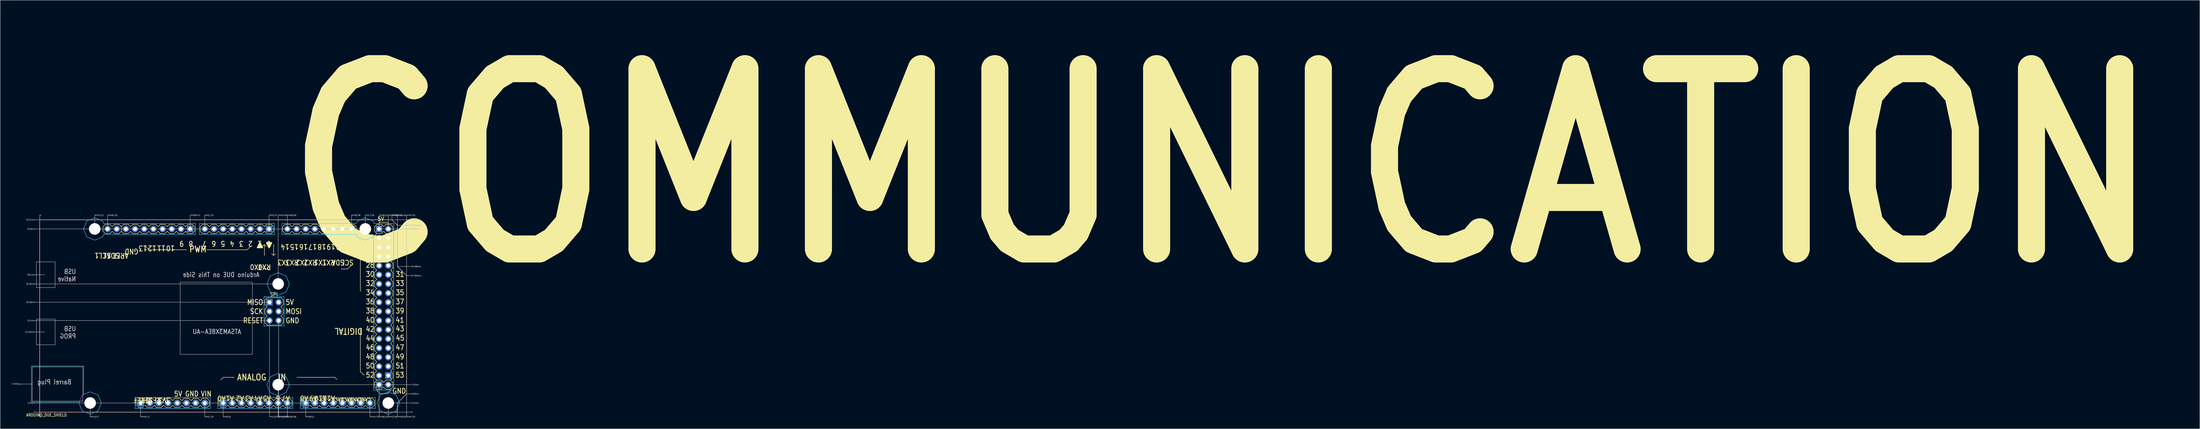
<source format=kicad_pcb>
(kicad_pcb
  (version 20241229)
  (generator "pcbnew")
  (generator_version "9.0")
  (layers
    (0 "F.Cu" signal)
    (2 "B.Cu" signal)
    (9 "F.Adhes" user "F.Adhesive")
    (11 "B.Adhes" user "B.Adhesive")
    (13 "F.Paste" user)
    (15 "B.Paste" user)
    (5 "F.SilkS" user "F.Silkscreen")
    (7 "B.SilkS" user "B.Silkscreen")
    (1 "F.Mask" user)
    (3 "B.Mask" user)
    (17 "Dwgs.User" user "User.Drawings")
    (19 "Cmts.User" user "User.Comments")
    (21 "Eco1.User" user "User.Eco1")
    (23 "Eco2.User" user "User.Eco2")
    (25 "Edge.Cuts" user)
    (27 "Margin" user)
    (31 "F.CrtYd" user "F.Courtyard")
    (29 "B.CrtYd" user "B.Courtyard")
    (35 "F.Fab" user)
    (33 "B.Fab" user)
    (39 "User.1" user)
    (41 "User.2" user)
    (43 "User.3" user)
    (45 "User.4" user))
  (footprint "ARDUINO_DUE_SHIELD"
    (layer "F.Cu")
    (at 7.94 111.235)
    (property "Reference" "ARDUINO_DUE_SHIELD" (at -3.81 1.27 0) (unlocked yes) (layer "F.SilkS") (effects (font (size 0.813 0.695) (thickness 0.122)) (justify left bottom)))
    (fp_circle (center 13.97 -2.54) (end 16.82 -2.54) (stroke (width 0) (type solid)) (fill yes) (layer "F.Mask"))
    (fp_circle (center 13.97 -2.54) (end 16.82 -2.54) (stroke (width 0) (type solid)) (fill yes) (layer "F.Mask"))
    (fp_circle (center 15.24 -50.8) (end 18.09 -50.8) (stroke (width 0) (type solid)) (fill yes) (layer "F.Mask"))
    (fp_circle (center 15.24 -50.8) (end 18.09 -50.8) (stroke (width 0) (type solid)) (fill yes) (layer "F.Mask"))
    (fp_circle (center 66.04 -35.56) (end 68.89 -35.56) (stroke (width 0) (type solid)) (fill yes) (layer "F.Mask"))
    (fp_circle (center 66.04 -35.56) (end 68.89 -35.56) (stroke (width 0) (type solid)) (fill yes) (layer "F.Mask"))
    (fp_circle (center 66.04 -7.62) (end 68.89 -7.62) (stroke (width 0) (type solid)) (fill yes) (layer "F.Mask"))
    (fp_circle (center 66.04 -7.62) (end 68.89 -7.62) (stroke (width 0) (type solid)) (fill yes) (layer "F.Mask"))
    (fp_circle (center 90.17 -50.8) (end 93.02 -50.8) (stroke (width 0) (type solid)) (fill yes) (layer "F.Mask"))
    (fp_circle (center 90.17 -50.8) (end 93.02 -50.8) (stroke (width 0) (type solid)) (fill yes) (layer "F.Mask"))
    (fp_circle (center 96.52 -2.54) (end 99.37 -2.54) (stroke (width 0) (type solid)) (fill yes) (layer "F.Mask"))
    (fp_circle (center 96.52 -2.54) (end 99.37 -2.54) (stroke (width 0) (type solid)) (fill yes) (layer "F.Mask"))
    (fp_circle (center 13.97 -2.54) (end 16.82 -2.54) (stroke (width 0) (type solid)) (fill yes) (layer "B.Mask"))
    (fp_circle (center 15.24 -50.8) (end 18.09 -50.8) (stroke (width 0) (type solid)) (fill yes) (layer "B.Mask"))
    (fp_circle (center 66.04 -35.56) (end 68.89 -35.56) (stroke (width 0) (type solid)) (fill yes) (layer "B.Mask"))
    (fp_circle (center 66.04 -7.62) (end 68.89 -7.62) (stroke (width 0) (type solid)) (fill yes) (layer "B.Mask"))
    (fp_circle (center 90.17 -50.8) (end 93.02 -50.8) (stroke (width 0) (type solid)) (fill yes) (layer "B.Mask"))
    (fp_circle (center 96.52 -2.54) (end 99.37 -2.54) (stroke (width 0) (type solid)) (fill yes) (layer "B.Mask"))
    (fp_line (start 0 -53.34) (end 97.536 -53.34) (stroke (width 0.127) (type solid)) (layer "F.SilkS"))
    (fp_line (start 0 0) (end 0 -53.34) (stroke (width 0.127) (type solid)) (layer "F.SilkS"))
    (fp_line (start 17.526 -51.435) (end 17.526 -50.165) (stroke (width 0.127) (type solid)) (layer "F.SilkS"))
    (fp_line (start 17.526 -50.165) (end 18.161 -49.53) (stroke (width 0.127) (type solid)) (layer "F.SilkS"))
    (fp_line (start 18.161 -52.07) (end 17.526 -51.435) (stroke (width 0.127) (type solid)) (layer "F.SilkS"))
    (fp_line (start 18.161 -49.53) (end 19.431 -49.53) (stroke (width 0.127) (type solid)) (layer "F.SilkS"))
    (fp_line (start 19.431 -52.07) (end 18.161 -52.07) (stroke (width 0.127) (type solid)) (layer "F.SilkS"))
    (fp_line (start 19.431 -49.53) (end 20.066 -50.165) (stroke (width 0.127) (type solid)) (layer "F.SilkS"))
    (fp_line (start 20.066 -51.435) (end 19.431 -52.07) (stroke (width 0.127) (type solid)) (layer "F.SilkS"))
    (fp_line (start 20.066 -50.165) (end 20.701 -49.53) (stroke (width 0.127) (type solid)) (layer "F.SilkS"))
    (fp_line (start 20.701 -52.07) (end 20.066 -51.435) (stroke (width 0.127) (type solid)) (layer "F.SilkS"))
    (fp_line (start 20.701 -49.53) (end 21.971 -49.53) (stroke (width 0.127) (type solid)) (layer "F.SilkS"))
    (fp_line (start 21.971 -52.07) (end 20.701 -52.07) (stroke (width 0.127) (type solid)) (layer "F.SilkS"))
    (fp_line (start 21.971 -49.53) (end 22.606 -50.165) (stroke (width 0.127) (type solid)) (layer "F.SilkS"))
    (fp_line (start 22.606 -51.435) (end 21.971 -52.07) (stroke (width 0.127) (type solid)) (layer "F.SilkS"))
    (fp_line (start 22.606 -51.435) (end 22.606 -50.165) (stroke (width 0.127) (type solid)) (layer "F.SilkS"))
    (fp_line (start 22.606 -50.165) (end 23.241 -49.53) (stroke (width 0.127) (type solid)) (layer "F.SilkS"))
    (fp_line (start 23.241 -52.07) (end 22.606 -51.435) (stroke (width 0.127) (type solid)) (layer "F.SilkS"))
    (fp_line (start 23.241 -49.53) (end 24.511 -49.53) (stroke (width 0.127) (type solid)) (layer "F.SilkS"))
    (fp_line (start 24.511 -52.07) (end 23.241 -52.07) (stroke (width 0.127) (type solid)) (layer "F.SilkS"))
    (fp_line (start 24.511 -49.53) (end 25.146 -50.165) (stroke (width 0.127) (type solid)) (layer "F.SilkS"))
    (fp_line (start 25.146 -51.435) (end 24.511 -52.07) (stroke (width 0.127) (type solid)) (layer "F.SilkS"))
    (fp_line (start 25.146 -50.165) (end 25.781 -49.53) (stroke (width 0.127) (type solid)) (layer "F.SilkS"))
    (fp_line (start 25.781 -52.07) (end 25.146 -51.435) (stroke (width 0.127) (type solid)) (layer "F.SilkS"))
    (fp_line (start 25.781 -49.53) (end 27.051 -49.53) (stroke (width 0.127) (type solid)) (layer "F.SilkS"))
    (fp_line (start 26.67 -3.175) (end 26.67 -1.905) (stroke (width 0.127) (type solid)) (layer "F.SilkS"))
    (fp_line (start 26.67 -1.905) (end 26.814 -1.761) (stroke (width 0.127) (type solid)) (layer "F.SilkS"))
    (fp_line (start 26.814 -3.319) (end 26.67 -3.175) (stroke (width 0.127) (type solid)) (layer "F.SilkS"))
    (fp_line (start 27.051 -52.07) (end 25.781 -52.07) (stroke (width 0.127) (type solid)) (layer "F.SilkS"))
    (fp_line (start 27.051 -49.53) (end 27.686 -50.165) (stroke (width 0.127) (type solid)) (layer "F.SilkS"))
    (fp_line (start 27.161 -1.414) (end 27.305 -1.27) (stroke (width 0.127) (type solid)) (layer "F.SilkS"))
    (fp_line (start 27.305 -3.81) (end 27.161 -3.666) (stroke (width 0.127) (type solid)) (layer "F.SilkS"))
    (fp_line (start 27.305 -3.81) (end 28.575 -3.81) (stroke (width 0.127) (type solid)) (layer "F.SilkS"))
    (fp_line (start 27.686 -51.435) (end 27.051 -52.07) (stroke (width 0.127) (type solid)) (layer "F.SilkS"))
    (fp_line (start 27.686 -50.165) (end 28.321 -49.53) (stroke (width 0.127) (type solid)) (layer "F.SilkS"))
    (fp_line (start 28.321 -52.07) (end 27.686 -51.435) (stroke (width 0.127) (type solid)) (layer "F.SilkS"))
    (fp_line (start 28.321 -49.53) (end 29.591 -49.53) (stroke (width 0.127) (type solid)) (layer "F.SilkS"))
    (fp_line (start 28.575 -3.81) (end 28.719 -3.666) (stroke (width 0.127) (type solid)) (layer "F.SilkS"))
    (fp_line (start 28.575 -1.27) (end 27.305 -1.27) (stroke (width 0.127) (type solid)) (layer "F.SilkS"))
    (fp_line (start 28.719 -1.414) (end 28.575 -1.27) (stroke (width 0.127) (type solid)) (layer "F.SilkS"))
    (fp_line (start 29.066 -3.319) (end 29.21 -3.175) (stroke (width 0.127) (type solid)) (layer "F.SilkS"))
    (fp_line (start 29.21 -3.175) (end 29.845 -3.81) (stroke (width 0.127) (type solid)) (layer "F.SilkS"))
    (fp_line (start 29.21 -1.905) (end 29.066 -1.761) (stroke (width 0.127) (type solid)) (layer "F.SilkS"))
    (fp_line (start 29.591 -52.07) (end 28.321 -52.07) (stroke (width 0.127) (type solid)) (layer "F.SilkS"))
    (fp_line (start 29.591 -49.53) (end 30.226 -50.165) (stroke (width 0.127) (type solid)) (layer "F.SilkS"))
    (fp_line (start 29.845 -3.81) (end 31.115 -3.81) (stroke (width 0.127) (type solid)) (layer "F.SilkS"))
    (fp_line (start 29.845 -1.27) (end 29.21 -1.905) (stroke (width 0.127) (type solid)) (layer "F.SilkS"))
    (fp_line (start 30.226 -51.435) (end 29.591 -52.07) (stroke (width 0.127) (type solid)) (layer "F.SilkS"))
    (fp_line (start 30.226 -50.165) (end 30.861 -49.53) (stroke (width 0.127) (type solid)) (layer "F.SilkS"))
    (fp_line (start 30.251 -45.034) (end 29.362 -45.923) (stroke (width 0.127) (type solid)) (layer "F.SilkS"))
    (fp_line (start 30.861 -52.07) (end 30.226 -51.435) (stroke (width 0.127) (type solid)) (layer "F.SilkS"))
    (fp_line (start 30.861 -49.53) (end 32.131 -49.53) (stroke (width 0.127) (type solid)) (layer "F.SilkS"))
    (fp_line (start 31.115 -3.81) (end 31.75 -3.175) (stroke (width 0.127) (type solid)) (layer "F.SilkS"))
    (fp_line (start 31.115 -1.27) (end 29.845 -1.27) (stroke (width 0.127) (type solid)) (layer "F.SilkS"))
    (fp_line (start 31.75 -3.175) (end 32.385 -3.81) (stroke (width 0.127) (type solid)) (layer "F.SilkS"))
    (fp_line (start 31.75 -1.905) (end 31.115 -1.27) (stroke (width 0.127) (type solid)) (layer "F.SilkS"))
    (fp_line (start 31.757 -1.918) (end 32.392 -1.283) (stroke (width 0.127) (type solid)) (layer "F.SilkS"))
    (fp_line (start 32.131 -52.07) (end 30.861 -52.07) (stroke (width 0.127) (type solid)) (layer "F.SilkS"))
    (fp_line (start 32.131 -49.53) (end 32.766 -50.165) (stroke (width 0.127) (type solid)) (layer "F.SilkS"))
    (fp_line (start 32.385 -1.27) (end 31.75 -1.905) (stroke (width 0.127) (type solid)) (layer "F.SilkS"))
    (fp_line (start 32.392 -3.823) (end 31.757 -3.188) (stroke (width 0.127) (type solid)) (layer "F.SilkS"))
    (fp_line (start 32.392 -3.823) (end 33.662 -3.823) (stroke (width 0.127) (type solid)) (layer "F.SilkS"))
    (fp_line (start 32.766 -51.435) (end 32.131 -52.07) (stroke (width 0.127) (type solid)) (layer "F.SilkS"))
    (fp_line (start 32.766 -50.165) (end 33.401 -49.53) (stroke (width 0.127) (type solid)) (layer "F.SilkS"))
    (fp_line (start 33.401 -52.07) (end 32.766 -51.435) (stroke (width 0.127) (type solid)) (layer "F.SilkS"))
    (fp_line (start 33.401 -49.53) (end 34.671 -49.53) (stroke (width 0.127) (type solid)) (layer "F.SilkS"))
    (fp_line (start 33.662 -3.823) (end 34.297 -3.188) (stroke (width 0.127) (type solid)) (layer "F.SilkS"))
    (fp_line (start 33.662 -1.283) (end 32.392 -1.283) (stroke (width 0.127) (type solid)) (layer "F.SilkS"))
    (fp_line (start 34.297 -3.188) (end 34.932 -3.823) (stroke (width 0.127) (type solid)) (layer "F.SilkS"))
    (fp_line (start 34.297 -1.918) (end 33.662 -1.283) (stroke (width 0.127) (type solid)) (layer "F.SilkS"))
    (fp_line (start 34.671 -52.07) (end 33.401 -52.07) (stroke (width 0.127) (type solid)) (layer "F.SilkS"))
    (fp_line (start 34.671 -49.53) (end 35.306 -50.165) (stroke (width 0.127) (type solid)) (layer "F.SilkS"))
    (fp_line (start 34.932 -3.823) (end 36.202 -3.823) (stroke (width 0.127) (type solid)) (layer "F.SilkS"))
    (fp_line (start 34.932 -1.283) (end 34.297 -1.918) (stroke (width 0.127) (type solid)) (layer "F.SilkS"))
    (fp_line (start 35.306 -51.435) (end 34.671 -52.07) (stroke (width 0.127) (type solid)) (layer "F.SilkS"))
    (fp_line (start 35.306 -50.165) (end 35.941 -49.53) (stroke (width 0.127) (type solid)) (layer "F.SilkS"))
    (fp_line (start 35.941 -52.07) (end 35.306 -51.435) (stroke (width 0.127) (type solid)) (layer "F.SilkS"))
    (fp_line (start 35.941 -49.53) (end 37.211 -49.53) (stroke (width 0.127) (type solid)) (layer "F.SilkS"))
    (fp_line (start 36.202 -3.823) (end 36.837 -3.188) (stroke (width 0.127) (type solid)) (layer "F.SilkS"))
    (fp_line (start 36.202 -1.283) (end 34.932 -1.283) (stroke (width 0.127) (type solid)) (layer "F.SilkS"))
    (fp_line (start 36.837 -3.188) (end 37.472 -3.823) (stroke (width 0.127) (type solid)) (layer "F.SilkS"))
    (fp_line (start 36.837 -1.918) (end 36.202 -1.283) (stroke (width 0.127) (type solid)) (layer "F.SilkS"))
    (fp_line (start 37.211 -52.07) (end 35.941 -52.07) (stroke (width 0.127) (type solid)) (layer "F.SilkS"))
    (fp_line (start 37.211 -49.53) (end 37.846 -50.165) (stroke (width 0.127) (type solid)) (layer "F.SilkS"))
    (fp_line (start 37.472 -3.823) (end 38.742 -3.823) (stroke (width 0.127) (type solid)) (layer "F.SilkS"))
    (fp_line (start 37.472 -1.283) (end 36.837 -1.918) (stroke (width 0.127) (type solid)) (layer "F.SilkS"))
    (fp_line (start 37.846 -51.435) (end 37.211 -52.07) (stroke (width 0.127) (type solid)) (layer "F.SilkS"))
    (fp_line (start 37.846 -50.165) (end 38.481 -49.53) (stroke (width 0.127) (type solid)) (layer "F.SilkS"))
    (fp_line (start 38.481 -52.07) (end 37.846 -51.435) (stroke (width 0.127) (type solid)) (layer "F.SilkS"))
    (fp_line (start 38.481 -49.53) (end 39.751 -49.53) (stroke (width 0.127) (type solid)) (layer "F.SilkS"))
    (fp_line (start 38.742 -3.823) (end 39.377 -3.188) (stroke (width 0.127) (type solid)) (layer "F.SilkS"))
    (fp_line (start 38.742 -1.283) (end 37.472 -1.283) (stroke (width 0.127) (type solid)) (layer "F.SilkS"))
    (fp_line (start 39.377 -1.918) (end 38.742 -1.283) (stroke (width 0.127) (type solid)) (layer "F.SilkS"))
    (fp_line (start 39.377 -1.918) (end 40.012 -1.283) (stroke (width 0.127) (type solid)) (layer "F.SilkS"))
    (fp_line (start 39.751 -52.07) (end 38.481 -52.07) (stroke (width 0.127) (type solid)) (layer "F.SilkS"))
    (fp_line (start 39.751 -49.53) (end 40.386 -50.165) (stroke (width 0.127) (type solid)) (layer "F.SilkS"))
    (fp_line (start 40.012 -3.823) (end 39.377 -3.188) (stroke (width 0.127) (type solid)) (layer "F.SilkS"))
    (fp_line (start 40.012 -3.823) (end 41.282 -3.823) (stroke (width 0.127) (type solid)) (layer "F.SilkS"))
    (fp_line (start 40.386 -51.435) (end 39.751 -52.07) (stroke (width 0.127) (type solid)) (layer "F.SilkS"))
    (fp_line (start 40.386 -50.165) (end 41.021 -49.53) (stroke (width 0.127) (type solid)) (layer "F.SilkS"))
    (fp_line (start 40.665 -45.034) (end 30.251 -45.034) (stroke (width 0.127) (type solid)) (layer "F.SilkS"))
    (fp_line (start 41.021 -52.07) (end 40.386 -51.435) (stroke (width 0.127) (type solid)) (layer "F.SilkS"))
    (fp_line (start 41.021 -49.53) (end 42.291 -49.53) (stroke (width 0.127) (type solid)) (layer "F.SilkS"))
    (fp_line (start 41.282 -3.823) (end 41.917 -3.188) (stroke (width 0.127) (type solid)) (layer "F.SilkS"))
    (fp_line (start 41.282 -1.283) (end 40.012 -1.283) (stroke (width 0.127) (type solid)) (layer "F.SilkS"))
    (fp_line (start 41.917 -3.188) (end 42.552 -3.823) (stroke (width 0.127) (type solid)) (layer "F.SilkS"))
    (fp_line (start 41.917 -1.918) (end 41.282 -1.283) (stroke (width 0.127) (type solid)) (layer "F.SilkS"))
    (fp_line (start 42.291 -52.07) (end 41.021 -52.07) (stroke (width 0.127) (type solid)) (layer "F.SilkS"))
    (fp_line (start 42.291 -49.53) (end 42.926 -50.165) (stroke (width 0.127) (type solid)) (layer "F.SilkS"))
    (fp_line (start 42.552 -3.823) (end 43.822 -3.823) (stroke (width 0.127) (type solid)) (layer "F.SilkS"))
    (fp_line (start 42.552 -1.283) (end 41.917 -1.918) (stroke (width 0.127) (type solid)) (layer "F.SilkS"))
    (fp_line (start 42.926 -51.435) (end 42.291 -52.07) (stroke (width 0.127) (type solid)) (layer "F.SilkS"))
    (fp_line (start 42.926 -50.165) (end 42.926 -51.435) (stroke (width 0.127) (type solid)) (layer "F.SilkS"))
    (fp_line (start 43.822 -3.823) (end 44.457 -3.188) (stroke (width 0.127) (type solid)) (layer "F.SilkS"))
    (fp_line (start 43.822 -1.283) (end 42.552 -1.283) (stroke (width 0.127) (type solid)) (layer "F.SilkS"))
    (fp_line (start 44.45 -51.435) (end 44.45 -50.165) (stroke (width 0.127) (type solid)) (layer "F.SilkS"))
    (fp_line (start 44.45 -50.165) (end 45.085 -49.53) (stroke (width 0.127) (type solid)) (layer "F.SilkS"))
    (fp_line (start 44.457 -3.188) (end 45.092 -3.823) (stroke (width 0.127) (type solid)) (layer "F.SilkS"))
    (fp_line (start 44.457 -1.918) (end 43.822 -1.283) (stroke (width 0.127) (type solid)) (layer "F.SilkS"))
    (fp_line (start 45.085 -52.07) (end 44.45 -51.435) (stroke (width 0.127) (type solid)) (layer "F.SilkS"))
    (fp_line (start 45.085 -49.53) (end 46.355 -49.53) (stroke (width 0.127) (type solid)) (layer "F.SilkS"))
    (fp_line (start 45.092 -3.823) (end 46.362 -3.823) (stroke (width 0.127) (type solid)) (layer "F.SilkS"))
    (fp_line (start 45.092 -1.283) (end 44.457 -1.918) (stroke (width 0.127) (type solid)) (layer "F.SilkS"))
    (fp_line (start 46.253 -45.034) (end 57.429 -45.034) (stroke (width 0.127) (type solid)) (layer "F.SilkS"))
    (fp_line (start 46.355 -52.07) (end 45.085 -52.07) (stroke (width 0.127) (type solid)) (layer "F.SilkS"))
    (fp_line (start 46.355 -49.53) (end 46.99 -50.165) (stroke (width 0.127) (type solid)) (layer "F.SilkS"))
    (fp_line (start 46.362 -3.823) (end 46.997 -3.188) (stroke (width 0.127) (type solid)) (layer "F.SilkS"))
    (fp_line (start 46.362 -1.283) (end 45.092 -1.283) (stroke (width 0.127) (type solid)) (layer "F.SilkS"))
    (fp_line (start 46.99 -51.435) (end 46.355 -52.07) (stroke (width 0.127) (type solid)) (layer "F.SilkS"))
    (fp_line (start 46.99 -50.165) (end 47.625 -49.53) (stroke (width 0.127) (type solid)) (layer "F.SilkS"))
    (fp_line (start 46.997 -3.188) (end 46.997 -1.918) (stroke (width 0.127) (type solid)) (layer "F.SilkS"))
    (fp_line (start 46.997 -1.918) (end 46.362 -1.283) (stroke (width 0.127) (type solid)) (layer "F.SilkS"))
    (fp_line (start 47.625 -52.07) (end 46.99 -51.435) (stroke (width 0.127) (type solid)) (layer "F.SilkS"))
    (fp_line (start 47.625 -49.53) (end 48.895 -49.53) (stroke (width 0.127) (type solid)) (layer "F.SilkS"))
    (fp_line (start 48.895 -52.07) (end 47.625 -52.07) (stroke (width 0.127) (type solid)) (layer "F.SilkS"))
    (fp_line (start 48.895 -49.53) (end 49.53 -50.165) (stroke (width 0.127) (type solid)) (layer "F.SilkS"))
    (fp_line (start 49.53 -51.435) (end 48.895 -52.07) (stroke (width 0.127) (type solid)) (layer "F.SilkS"))
    (fp_line (start 49.53 -50.165) (end 50.165 -49.53) (stroke (width 0.127) (type solid)) (layer "F.SilkS"))
    (fp_line (start 49.53 -3.188) (end 49.53 -1.918) (stroke (width 0.127) (type solid)) (layer "F.SilkS"))
    (fp_line (start 49.53 -1.918) (end 49.674 -1.774) (stroke (width 0.127) (type solid)) (layer "F.SilkS"))
    (fp_line (start 49.674 -3.332) (end 49.53 -3.188) (stroke (width 0.127) (type solid)) (layer "F.SilkS"))
    (fp_line (start 50.034 -1.414) (end 50.165 -1.283) (stroke (width 0.127) (type solid)) (layer "F.SilkS"))
    (fp_line (start 50.165 -52.07) (end 49.53 -51.435) (stroke (width 0.127) (type solid)) (layer "F.SilkS"))
    (fp_line (start 50.165 -49.53) (end 51.435 -49.53) (stroke (width 0.127) (type solid)) (layer "F.SilkS"))
    (fp_line (start 50.165 -3.823) (end 50.008 -3.666) (stroke (width 0.127) (type solid)) (layer "F.SilkS"))
    (fp_line (start 50.165 -3.823) (end 51.435 -3.823) (stroke (width 0.127) (type solid)) (layer "F.SilkS"))
    (fp_line (start 50.825 -9.652) (end 50.114 -8.941) (stroke (width 0.127) (type solid)) (layer "F.SilkS"))
    (fp_line (start 51.435 -52.07) (end 50.165 -52.07) (stroke (width 0.127) (type solid)) (layer "F.SilkS"))
    (fp_line (start 51.435 -49.53) (end 52.07 -50.165) (stroke (width 0.127) (type solid)) (layer "F.SilkS"))
    (fp_line (start 51.435 -3.823) (end 51.592 -3.666) (stroke (width 0.127) (type solid)) (layer "F.SilkS"))
    (fp_line (start 51.435 -1.283) (end 50.165 -1.283) (stroke (width 0.127) (type solid)) (layer "F.SilkS"))
    (fp_line (start 51.566 -1.414) (end 51.435 -1.283) (stroke (width 0.127) (type solid)) (layer "F.SilkS"))
    (fp_line (start 51.926 -3.332) (end 52.07 -3.188) (stroke (width 0.127) (type solid)) (layer "F.SilkS"))
    (fp_line (start 52.07 -51.435) (end 51.435 -52.07) (stroke (width 0.127) (type solid)) (layer "F.SilkS"))
    (fp_line (start 52.07 -50.165) (end 52.705 -49.53) (stroke (width 0.127) (type solid)) (layer "F.SilkS"))
    (fp_line (start 52.07 -3.188) (end 52.705 -3.823) (stroke (width 0.127) (type solid)) (layer "F.SilkS"))
    (fp_line (start 52.07 -1.918) (end 51.926 -1.774) (stroke (width 0.127) (type solid)) (layer "F.SilkS"))
    (fp_line (start 52.705 -52.07) (end 52.07 -51.435) (stroke (width 0.127) (type solid)) (layer "F.SilkS"))
    (fp_line (start 52.705 -49.53) (end 53.975 -49.53) (stroke (width 0.127) (type solid)) (layer "F.SilkS"))
    (fp_line (start 52.705 -3.823) (end 53.975 -3.823) (stroke (width 0.127) (type solid)) (layer "F.SilkS"))
    (fp_line (start 52.705 -1.283) (end 52.07 -1.918) (stroke (width 0.127) (type solid)) (layer "F.SilkS"))
    (fp_line (start 53.873 -9.652) (end 50.825 -9.652) (stroke (width 0.127) (type solid)) (layer "F.SilkS"))
    (fp_line (start 53.975 -52.07) (end 52.705 -52.07) (stroke (width 0.127) (type solid)) (layer "F.SilkS"))
    (fp_line (start 53.975 -49.53) (end 54.61 -50.165) (stroke (width 0.127) (type solid)) (layer "F.SilkS"))
    (fp_line (start 53.975 -3.823) (end 54.61 -3.188) (stroke (width 0.127) (type solid)) (layer "F.SilkS"))
    (fp_line (start 53.975 -1.283) (end 52.705 -1.283) (stroke (width 0.127) (type solid)) (layer "F.SilkS"))
    (fp_line (start 54.61 -51.435) (end 53.975 -52.07) (stroke (width 0.127) (type solid)) (layer "F.SilkS"))
    (fp_line (start 54.61 -50.165) (end 55.245 -49.53) (stroke (width 0.127) (type solid)) (layer "F.SilkS"))
    (fp_line (start 54.61 -3.188) (end 55.245 -3.823) (stroke (width 0.127) (type solid)) (layer "F.SilkS"))
    (fp_line (start 54.61 -1.918) (end 53.975 -1.283) (stroke (width 0.127) (type solid)) (layer "F.SilkS"))
    (fp_line (start 55.245 -52.07) (end 54.61 -51.435) (stroke (width 0.127) (type solid)) (layer "F.SilkS"))
    (fp_line (start 55.245 -49.53) (end 56.515 -49.53) (stroke (width 0.127) (type solid)) (layer "F.SilkS"))
    (fp_line (start 55.245 -3.823) (end 56.515 -3.823) (stroke (width 0.127) (type solid)) (layer "F.SilkS"))
    (fp_line (start 55.245 -1.283) (end 54.61 -1.918) (stroke (width 0.127) (type solid)) (layer "F.SilkS"))
    (fp_line (start 56.515 -52.07) (end 55.245 -52.07) (stroke (width 0.127) (type solid)) (layer "F.SilkS"))
    (fp_line (start 56.515 -49.53) (end 57.15 -50.165) (stroke (width 0.127) (type solid)) (layer "F.SilkS"))
    (fp_line (start 56.515 -3.823) (end 57.15 -3.188) (stroke (width 0.127) (type solid)) (layer "F.SilkS"))
    (fp_line (start 56.515 -1.283) (end 55.245 -1.283) (stroke (width 0.127) (type solid)) (layer "F.SilkS"))
    (fp_line (start 57.15 -51.435) (end 56.515 -52.07) (stroke (width 0.127) (type solid)) (layer "F.SilkS"))
    (fp_line (start 57.15 -50.165) (end 57.785 -49.53) (stroke (width 0.127) (type solid)) (layer "F.SilkS"))
    (fp_line (start 57.15 -1.918) (end 56.515 -1.283) (stroke (width 0.127) (type solid)) (layer "F.SilkS"))
    (fp_line (start 57.15 -1.918) (end 57.785 -1.283) (stroke (width 0.127) (type solid)) (layer "F.SilkS"))
    (fp_line (start 57.429 -45.034) (end 58.445 -46.05) (stroke (width 0.127) (type solid)) (layer "F.SilkS"))
    (fp_line (start 57.785 -52.07) (end 57.15 -51.435) (stroke (width 0.127) (type solid)) (layer "F.SilkS"))
    (fp_line (start 57.785 -49.53) (end 59.055 -49.53) (stroke (width 0.127) (type solid)) (layer "F.SilkS"))
    (fp_line (start 57.785 -3.823) (end 57.15 -3.188) (stroke (width 0.127) (type solid)) (layer "F.SilkS"))
    (fp_line (start 57.785 -3.823) (end 59.055 -3.823) (stroke (width 0.127) (type solid)) (layer "F.SilkS"))
    (fp_line (start 59.055 -52.07) (end 57.785 -52.07) (stroke (width 0.127) (type solid)) (layer "F.SilkS"))
    (fp_line (start 59.055 -49.53) (end 59.69 -50.165) (stroke (width 0.127) (type solid)) (layer "F.SilkS"))
    (fp_line (start 59.055 -3.823) (end 59.69 -3.188) (stroke (width 0.127) (type solid)) (layer "F.SilkS"))
    (fp_line (start 59.055 -1.283) (end 57.785 -1.283) (stroke (width 0.127) (type solid)) (layer "F.SilkS"))
    (fp_line (start 59.69 -51.435) (end 59.055 -52.07) (stroke (width 0.127) (type solid)) (layer "F.SilkS"))
    (fp_line (start 59.69 -50.165) (end 60.325 -49.53) (stroke (width 0.127) (type solid)) (layer "F.SilkS"))
    (fp_line (start 59.69 -3.188) (end 60.325 -3.823) (stroke (width 0.127) (type solid)) (layer "F.SilkS"))
    (fp_line (start 59.69 -1.918) (end 59.055 -1.283) (stroke (width 0.127) (type solid)) (layer "F.SilkS"))
    (fp_line (start 60.325 -52.07) (end 59.69 -51.435) (stroke (width 0.127) (type solid)) (layer "F.SilkS"))
    (fp_line (start 60.325 -49.53) (end 61.595 -49.53) (stroke (width 0.127) (type solid)) (layer "F.SilkS"))
    (fp_line (start 60.325 -3.823) (end 61.595 -3.823) (stroke (width 0.127) (type solid)) (layer "F.SilkS"))
    (fp_line (start 60.325 -1.283) (end 59.69 -1.918) (stroke (width 0.127) (type solid)) (layer "F.SilkS"))
    (fp_line (start 60.35 -45.669) (end 60.985 -46.939) (stroke (width 0.406) (type solid)) (layer "F.SilkS"))
    (fp_line (start 60.35 -45.669) (end 60.985 -46.304) (stroke (width 0.406) (type solid)) (layer "F.SilkS"))
    (fp_line (start 60.985 -46.939) (end 61.62 -45.669) (stroke (width 0.406) (type solid)) (layer "F.SilkS"))
    (fp_line (start 60.985 -46.304) (end 60.985 -45.669) (stroke (width 0.406) (type solid)) (layer "F.SilkS"))
    (fp_line (start 60.985 -45.669) (end 60.35 -45.669) (stroke (width 0.406) (type solid)) (layer "F.SilkS"))
    (fp_line (start 60.985 -45.669) (end 61.62 -45.669) (stroke (width 0.406) (type solid)) (layer "F.SilkS"))
    (fp_line (start 61.112 -40.843) (end 62.255 -39.7) (stroke (width 0.127) (type solid)) (layer "F.SilkS"))
    (fp_line (start 61.595 -52.07) (end 60.325 -52.07) (stroke (width 0.127) (type solid)) (layer "F.SilkS"))
    (fp_line (start 61.595 -49.53) (end 62.23 -50.165) (stroke (width 0.127) (type solid)) (layer "F.SilkS"))
    (fp_line (start 61.595 -3.823) (end 62.23 -3.188) (stroke (width 0.127) (type solid)) (layer "F.SilkS"))
    (fp_line (start 61.595 -1.283) (end 60.325 -1.283) (stroke (width 0.127) (type solid)) (layer "F.SilkS"))
    (fp_line (start 61.62 -45.669) (end 60.985 -46.304) (stroke (width 0.406) (type solid)) (layer "F.SilkS"))
    (fp_line (start 62.23 -51.435) (end 61.595 -52.07) (stroke (width 0.127) (type solid)) (layer "F.SilkS"))
    (fp_line (start 62.23 -50.165) (end 62.865 -49.53) (stroke (width 0.127) (type solid)) (layer "F.SilkS"))
    (fp_line (start 62.23 -46.482) (end 61.722 -45.974) (stroke (width 0.127) (type solid)) (layer "F.SilkS"))
    (fp_line (start 62.23 -46.482) (end 62.738 -45.974) (stroke (width 0.127) (type solid)) (layer "F.SilkS"))
    (fp_line (start 62.23 -43.434) (end 62.23 -46.482) (stroke (width 0.127) (type solid)) (layer "F.SilkS"))
    (fp_line (start 62.23 -3.188) (end 62.865 -3.823) (stroke (width 0.127) (type solid)) (layer "F.SilkS"))
    (fp_line (start 62.23 -1.918) (end 61.595 -1.283) (stroke (width 0.127) (type solid)) (layer "F.SilkS"))
    (fp_line (start 62.255 -39.7) (end 63.525 -39.7) (stroke (width 0.127) (type solid)) (layer "F.SilkS"))
    (fp_line (start 62.357 -31.115) (end 62.357 -29.845) (stroke (width 0.127) (type solid)) (layer "F.SilkS"))
    (fp_line (start 62.357 -29.845) (end 62.992 -29.21) (stroke (width 0.127) (type solid)) (layer "F.SilkS"))
    (fp_line (start 62.357 -28.575) (end 62.357 -27.305) (stroke (width 0.127) (type solid)) (layer "F.SilkS"))
    (fp_line (start 62.357 -27.305) (end 62.992 -26.67) (stroke (width 0.127) (type solid)) (layer "F.SilkS"))
    (fp_line (start 62.357 -26.035) (end 62.357 -24.765) (stroke (width 0.127) (type solid)) (layer "F.SilkS"))
    (fp_line (start 62.357 -24.765) (end 62.992 -24.13) (stroke (width 0.127) (type solid)) (layer "F.SilkS"))
    (fp_line (start 62.865 -52.07) (end 62.23 -51.435) (stroke (width 0.127) (type solid)) (layer "F.SilkS"))
    (fp_line (start 62.865 -49.53) (end 64.135 -49.53) (stroke (width 0.127) (type solid)) (layer "F.SilkS"))
    (fp_line (start 62.865 -3.823) (end 64.135 -3.823) (stroke (width 0.127) (type solid)) (layer "F.SilkS"))
    (fp_line (start 62.865 -1.283) (end 62.23 -1.918) (stroke (width 0.127) (type solid)) (layer "F.SilkS"))
    (fp_line (start 62.89 -46.939) (end 63.525 -46.939) (stroke (width 0.406) (type solid)) (layer "F.SilkS"))
    (fp_line (start 62.89 -46.939) (end 63.525 -46.304) (stroke (width 0.406) (type solid)) (layer "F.SilkS"))
    (fp_line (start 62.992 -31.75) (end 62.357 -31.115) (stroke (width 0.127) (type solid)) (layer "F.SilkS"))
    (fp_line (start 62.992 -29.21) (end 62.357 -28.575) (stroke (width 0.127) (type solid)) (layer "F.SilkS"))
    (fp_line (start 62.992 -26.67) (end 62.357 -26.035) (stroke (width 0.127) (type solid)) (layer "F.SilkS"))
    (fp_line (start 62.992 -24.13) (end 66.802 -24.13) (stroke (width 0.127) (type solid)) (layer "F.SilkS"))
    (fp_line (start 63.525 -46.939) (end 63.525 -46.304) (stroke (width 0.406) (type solid)) (layer "F.SilkS"))
    (fp_line (start 63.525 -46.304) (end 64.16 -46.939) (stroke (width 0.406) (type solid)) (layer "F.SilkS"))
    (fp_line (start 63.525 -45.669) (end 62.89 -46.939) (stroke (width 0.406) (type solid)) (layer "F.SilkS"))
    (fp_line (start 64.135 -52.07) (end 62.865 -52.07) (stroke (width 0.127) (type solid)) (layer "F.SilkS"))
    (fp_line (start 64.135 -49.53) (end 64.77 -50.165) (stroke (width 0.127) (type solid)) (layer "F.SilkS"))
    (fp_line (start 64.135 -3.823) (end 64.77 -3.188) (stroke (width 0.127) (type solid)) (layer "F.SilkS"))
    (fp_line (start 64.135 -1.283) (end 62.865 -1.283) (stroke (width 0.127) (type solid)) (layer "F.SilkS"))
    (fp_line (start 64.16 -46.939) (end 63.525 -46.939) (stroke (width 0.406) (type solid)) (layer "F.SilkS"))
    (fp_line (start 64.16 -46.939) (end 63.525 -45.669) (stroke (width 0.406) (type solid)) (layer "F.SilkS"))
    (fp_line (start 64.77 -51.435) (end 64.135 -52.07) (stroke (width 0.127) (type solid)) (layer "F.SilkS"))
    (fp_line (start 64.77 -50.165) (end 64.77 -51.435) (stroke (width 0.127) (type solid)) (layer "F.SilkS"))
    (fp_line (start 64.77 -46.482) (end 64.77 -43.434) (stroke (width 0.127) (type solid)) (layer "F.SilkS"))
    (fp_line (start 64.77 -43.434) (end 64.262 -43.942) (stroke (width 0.127) (type solid)) (layer "F.SilkS"))
    (fp_line (start 64.77 -43.434) (end 65.278 -43.942) (stroke (width 0.127) (type solid)) (layer "F.SilkS"))
    (fp_line (start 64.77 -1.918) (end 64.135 -1.283) (stroke (width 0.127) (type solid)) (layer "F.SilkS"))
    (fp_line (start 64.77 -1.918) (end 65.405 -1.283) (stroke (width 0.127) (type solid)) (layer "F.SilkS"))
    (fp_line (start 65.405 -3.823) (end 64.77 -3.188) (stroke (width 0.127) (type solid)) (layer "F.SilkS"))
    (fp_line (start 65.405 -3.823) (end 66.675 -3.823) (stroke (width 0.127) (type solid)) (layer "F.SilkS"))
    (fp_line (start 66.675 -3.823) (end 67.31 -3.188) (stroke (width 0.127) (type solid)) (layer "F.SilkS"))
    (fp_line (start 66.675 -1.283) (end 65.405 -1.283) (stroke (width 0.127) (type solid)) (layer "F.SilkS"))
    (fp_line (start 66.802 -31.75) (end 62.992 -31.75) (stroke (width 0.127) (type solid)) (layer "F.SilkS"))
    (fp_line (start 66.802 -29.21) (end 67.437 -29.845) (stroke (width 0.127) (type solid)) (layer "F.SilkS"))
    (fp_line (start 66.802 -26.67) (end 67.437 -27.305) (stroke (width 0.127) (type solid)) (layer "F.SilkS"))
    (fp_line (start 66.802 -24.13) (end 67.437 -24.765) (stroke (width 0.127) (type solid)) (layer "F.SilkS"))
    (fp_line (start 67.31 -51.435) (end 67.31 -50.165) (stroke (width 0.127) (type solid)) (layer "F.SilkS"))
    (fp_line (start 67.31 -50.165) (end 67.945 -49.53) (stroke (width 0.127) (type solid)) (layer "F.SilkS"))
    (fp_line (start 67.31 -1.918) (end 66.675 -1.283) (stroke (width 0.127) (type solid)) (layer "F.SilkS"))
    (fp_line (start 67.31 -1.918) (end 67.945 -1.283) (stroke (width 0.127) (type solid)) (layer "F.SilkS"))
    (fp_line (start 67.437 -31.115) (end 66.802 -31.75) (stroke (width 0.127) (type solid)) (layer "F.SilkS"))
    (fp_line (start 67.437 -29.845) (end 67.437 -31.115) (stroke (width 0.127) (type solid)) (layer "F.SilkS"))
    (fp_line (start 67.437 -28.575) (end 66.802 -29.21) (stroke (width 0.127) (type solid)) (layer "F.SilkS"))
    (fp_line (start 67.437 -27.305) (end 67.437 -28.575) (stroke (width 0.127) (type solid)) (layer "F.SilkS"))
    (fp_line (start 67.437 -26.035) (end 66.802 -26.67) (stroke (width 0.127) (type solid)) (layer "F.SilkS"))
    (fp_line (start 67.437 -24.765) (end 67.437 -26.035) (stroke (width 0.127) (type solid)) (layer "F.SilkS"))
    (fp_line (start 67.945 -52.07) (end 67.31 -51.435) (stroke (width 0.127) (type solid)) (layer "F.SilkS"))
    (fp_line (start 67.945 -49.53) (end 69.215 -49.53) (stroke (width 0.127) (type solid)) (layer "F.SilkS"))
    (fp_line (start 67.945 -3.823) (end 67.31 -3.188) (stroke (width 0.127) (type solid)) (layer "F.SilkS"))
    (fp_line (start 67.945 -3.823) (end 69.215 -3.823) (stroke (width 0.127) (type solid)) (layer "F.SilkS"))
    (fp_line (start 69.215 -52.07) (end 67.945 -52.07) (stroke (width 0.127) (type solid)) (layer "F.SilkS"))
    (fp_line (start 69.215 -49.53) (end 69.85 -50.165) (stroke (width 0.127) (type solid)) (layer "F.SilkS"))
    (fp_line (start 69.215 -3.823) (end 69.85 -3.188) (stroke (width 0.127) (type solid)) (layer "F.SilkS"))
    (fp_line (start 69.215 -1.283) (end 67.945 -1.283) (stroke (width 0.127) (type solid)) (layer "F.SilkS"))
    (fp_line (start 69.85 -51.435) (end 69.215 -52.07) (stroke (width 0.127) (type solid)) (layer "F.SilkS"))
    (fp_line (start 69.85 -50.165) (end 70.485 -49.53) (stroke (width 0.127) (type solid)) (layer "F.SilkS"))
    (fp_line (start 69.85 -3.188) (end 69.85 -1.918) (stroke (width 0.127) (type solid)) (layer "F.SilkS"))
    (fp_line (start 69.85 -1.918) (end 69.215 -1.283) (stroke (width 0.127) (type solid)) (layer "F.SilkS"))
    (fp_line (start 70.485 -52.07) (end 69.85 -51.435) (stroke (width 0.127) (type solid)) (layer "F.SilkS"))
    (fp_line (start 70.485 -49.53) (end 71.755 -49.53) (stroke (width 0.127) (type solid)) (layer "F.SilkS"))
    (fp_line (start 71.222 -9.652) (end 81.712 -9.652) (stroke (width 0.127) (type solid)) (layer "F.SilkS"))
    (fp_line (start 71.755 -52.07) (end 70.485 -52.07) (stroke (width 0.127) (type solid)) (layer "F.SilkS"))
    (fp_line (start 71.755 -49.53) (end 72.39 -50.165) (stroke (width 0.127) (type solid)) (layer "F.SilkS"))
    (fp_line (start 72.39 -51.435) (end 71.755 -52.07) (stroke (width 0.127) (type solid)) (layer "F.SilkS"))
    (fp_line (start 72.39 -50.165) (end 73.025 -49.53) (stroke (width 0.127) (type solid)) (layer "F.SilkS"))
    (fp_line (start 72.39 -3.188) (end 72.39 -1.918) (stroke (width 0.127) (type solid)) (layer "F.SilkS"))
    (fp_line (start 72.39 -1.918) (end 72.534 -1.774) (stroke (width 0.127) (type solid)) (layer "F.SilkS"))
    (fp_line (start 72.534 -3.332) (end 72.39 -3.188) (stroke (width 0.127) (type solid)) (layer "F.SilkS"))
    (fp_line (start 72.894 -1.414) (end 73.025 -1.283) (stroke (width 0.127) (type solid)) (layer "F.SilkS"))
    (fp_line (start 73.025 -52.07) (end 72.39 -51.435) (stroke (width 0.127) (type solid)) (layer "F.SilkS"))
    (fp_line (start 73.025 -49.53) (end 74.295 -49.53) (stroke (width 0.127) (type solid)) (layer "F.SilkS"))
    (fp_line (start 73.025 -3.823) (end 72.868 -3.666) (stroke (width 0.127) (type solid)) (layer "F.SilkS"))
    (fp_line (start 73.025 -3.823) (end 74.295 -3.823) (stroke (width 0.127) (type solid)) (layer "F.SilkS"))
    (fp_line (start 74.295 -52.07) (end 73.025 -52.07) (stroke (width 0.127) (type solid)) (layer "F.SilkS"))
    (fp_line (start 74.295 -49.53) (end 74.93 -50.165) (stroke (width 0.127) (type solid)) (layer "F.SilkS"))
    (fp_line (start 74.295 -3.823) (end 74.452 -3.666) (stroke (width 0.127) (type solid)) (layer "F.SilkS"))
    (fp_line (start 74.295 -1.283) (end 73.025 -1.283) (stroke (width 0.127) (type solid)) (layer "F.SilkS"))
    (fp_line (start 74.426 -1.414) (end 74.295 -1.283) (stroke (width 0.127) (type solid)) (layer "F.SilkS"))
    (fp_line (start 74.786 -3.332) (end 74.93 -3.188) (stroke (width 0.127) (type solid)) (layer "F.SilkS"))
    (fp_line (start 74.93 -51.435) (end 74.295 -52.07) (stroke (width 0.127) (type solid)) (layer "F.SilkS"))
    (fp_line (start 74.93 -50.165) (end 75.565 -49.53) (stroke (width 0.127) (type solid)) (layer "F.SilkS"))
    (fp_line (start 74.93 -3.188) (end 75.565 -3.823) (stroke (width 0.127) (type solid)) (layer "F.SilkS"))
    (fp_line (start 74.93 -1.918) (end 74.786 -1.774) (stroke (width 0.127) (type solid)) (layer "F.SilkS"))
    (fp_line (start 75.565 -52.07) (end 74.93 -51.435) (stroke (width 0.127) (type solid)) (layer "F.SilkS"))
    (fp_line (start 75.565 -49.53) (end 76.835 -49.53) (stroke (width 0.127) (type solid)) (layer "F.SilkS"))
    (fp_line (start 75.565 -3.823) (end 76.835 -3.823) (stroke (width 0.127) (type solid)) (layer "F.SilkS"))
    (fp_line (start 75.565 -1.283) (end 74.93 -1.918) (stroke (width 0.127) (type solid)) (layer "F.SilkS"))
    (fp_line (start 76.835 -52.07) (end 75.565 -52.07) (stroke (width 0.127) (type solid)) (layer "F.SilkS"))
    (fp_line (start 76.835 -49.53) (end 77.47 -50.165) (stroke (width 0.127) (type solid)) (layer "F.SilkS"))
    (fp_line (start 76.835 -3.823) (end 77.47 -3.188) (stroke (width 0.127) (type solid)) (layer "F.SilkS"))
    (fp_line (start 76.835 -1.283) (end 75.565 -1.283) (stroke (width 0.127) (type solid)) (layer "F.SilkS"))
    (fp_line (start 77.47 -51.435) (end 76.835 -52.07) (stroke (width 0.127) (type solid)) (layer "F.SilkS"))
    (fp_line (start 77.47 -50.165) (end 78.105 -49.53) (stroke (width 0.127) (type solid)) (layer "F.SilkS"))
    (fp_line (start 77.47 -3.188) (end 78.105 -3.823) (stroke (width 0.127) (type solid)) (layer "F.SilkS"))
    (fp_line (start 77.47 -1.918) (end 76.835 -1.283) (stroke (width 0.127) (type solid)) (layer "F.SilkS"))
    (fp_line (start 78.105 -52.07) (end 77.47 -51.435) (stroke (width 0.127) (type solid)) (layer "F.SilkS"))
    (fp_line (start 78.105 -49.53) (end 79.375 -49.53) (stroke (width 0.127) (type solid)) (layer "F.SilkS"))
    (fp_line (start 78.105 -3.823) (end 79.375 -3.823) (stroke (width 0.127) (type solid)) (layer "F.SilkS"))
    (fp_line (start 78.105 -1.283) (end 77.47 -1.918) (stroke (width 0.127) (type solid)) (layer "F.SilkS"))
    (fp_line (start 79.375 -52.07) (end 78.105 -52.07) (stroke (width 0.127) (type solid)) (layer "F.SilkS"))
    (fp_line (start 79.375 -49.53) (end 80.01 -50.165) (stroke (width 0.127) (type solid)) (layer "F.SilkS"))
    (fp_line (start 79.375 -3.823) (end 80.01 -3.188) (stroke (width 0.127) (type solid)) (layer "F.SilkS"))
    (fp_line (start 79.375 -1.283) (end 78.105 -1.283) (stroke (width 0.127) (type solid)) (layer "F.SilkS"))
    (fp_line (start 80.01 -51.435) (end 79.375 -52.07) (stroke (width 0.127) (type solid)) (layer "F.SilkS"))
    (fp_line (start 80.01 -50.165) (end 80.645 -49.53) (stroke (width 0.127) (type solid)) (layer "F.SilkS"))
    (fp_line (start 80.01 -1.918) (end 79.375 -1.283) (stroke (width 0.127) (type solid)) (layer "F.SilkS"))
    (fp_line (start 80.01 -1.918) (end 80.645 -1.283) (stroke (width 0.127) (type solid)) (layer "F.SilkS"))
    (fp_line (start 80.645 -52.07) (end 80.01 -51.435) (stroke (width 0.127) (type solid)) (layer "F.SilkS"))
    (fp_line (start 80.645 -49.53) (end 81.915 -49.53) (stroke (width 0.127) (type solid)) (layer "F.SilkS"))
    (fp_line (start 80.645 -3.823) (end 80.01 -3.188) (stroke (width 0.127) (type solid)) (layer "F.SilkS"))
    (fp_line (start 80.645 -3.823) (end 81.915 -3.823) (stroke (width 0.127) (type solid)) (layer "F.SilkS"))
    (fp_line (start 81.712 -9.652) (end 82.296 -9.068) (stroke (width 0.127) (type solid)) (layer "F.SilkS"))
    (fp_line (start 81.915 -52.07) (end 80.645 -52.07) (stroke (width 0.127) (type solid)) (layer "F.SilkS"))
    (fp_line (start 81.915 -49.53) (end 82.55 -50.165) (stroke (width 0.127) (type solid)) (layer "F.SilkS"))
    (fp_line (start 81.915 -3.823) (end 82.55 -3.188) (stroke (width 0.127) (type solid)) (layer "F.SilkS"))
    (fp_line (start 81.915 -1.283) (end 80.645 -1.283) (stroke (width 0.127) (type solid)) (layer "F.SilkS"))
    (fp_line (start 82.55 -51.435) (end 81.915 -52.07) (stroke (width 0.127) (type solid)) (layer "F.SilkS"))
    (fp_line (start 82.55 -50.165) (end 83.185 -49.53) (stroke (width 0.127) (type solid)) (layer "F.SilkS"))
    (fp_line (start 82.55 -3.188) (end 83.185 -3.823) (stroke (width 0.127) (type solid)) (layer "F.SilkS"))
    (fp_line (start 82.55 -1.918) (end 81.915 -1.283) (stroke (width 0.127) (type solid)) (layer "F.SilkS"))
    (fp_line (start 83.185 -52.07) (end 82.55 -51.435) (stroke (width 0.127) (type solid)) (layer "F.SilkS"))
    (fp_line (start 83.185 -49.53) (end 84.455 -49.53) (stroke (width 0.127) (type solid)) (layer "F.SilkS"))
    (fp_line (start 83.185 -3.823) (end 84.455 -3.823) (stroke (width 0.127) (type solid)) (layer "F.SilkS"))
    (fp_line (start 83.185 -1.283) (end 82.55 -1.918) (stroke (width 0.127) (type solid)) (layer "F.SilkS"))
    (fp_line (start 83.464 -39.7) (end 85.242 -39.7) (stroke (width 0.127) (type solid)) (layer "F.SilkS"))
    (fp_line (start 84.455 -52.07) (end 83.185 -52.07) (stroke (width 0.127) (type solid)) (layer "F.SilkS"))
    (fp_line (start 84.455 -49.53) (end 85.09 -50.165) (stroke (width 0.127) (type solid)) (layer "F.SilkS"))
    (fp_line (start 84.455 -3.823) (end 85.09 -3.188) (stroke (width 0.127) (type solid)) (layer "F.SilkS"))
    (fp_line (start 84.455 -1.283) (end 83.185 -1.283) (stroke (width 0.127) (type solid)) (layer "F.SilkS"))
    (fp_line (start 85.09 -51.435) (end 84.455 -52.07) (stroke (width 0.127) (type solid)) (layer "F.SilkS"))
    (fp_line (start 85.09 -50.165) (end 85.725 -49.53) (stroke (width 0.127) (type solid)) (layer "F.SilkS"))
    (fp_line (start 85.09 -3.188) (end 85.725 -3.823) (stroke (width 0.127) (type solid)) (layer "F.SilkS"))
    (fp_line (start 85.09 -1.918) (end 84.455 -1.283) (stroke (width 0.127) (type solid)) (layer "F.SilkS"))
    (fp_line (start 85.242 -39.7) (end 86.385 -40.843) (stroke (width 0.127) (type solid)) (layer "F.SilkS"))
    (fp_line (start 85.725 -52.07) (end 85.09 -51.435) (stroke (width 0.127) (type solid)) (layer "F.SilkS"))
    (fp_line (start 85.725 -49.53) (end 86.995 -49.53) (stroke (width 0.127) (type solid)) (layer "F.SilkS"))
    (fp_line (start 85.725 -3.823) (end 86.995 -3.823) (stroke (width 0.127) (type solid)) (layer "F.SilkS"))
    (fp_line (start 85.725 -1.283) (end 85.09 -1.918) (stroke (width 0.127) (type solid)) (layer "F.SilkS"))
    (fp_line (start 86.995 -52.07) (end 85.725 -52.07) (stroke (width 0.127) (type solid)) (layer "F.SilkS"))
    (fp_line (start 86.995 -49.53) (end 87.63 -50.165) (stroke (width 0.127) (type solid)) (layer "F.SilkS"))
    (fp_line (start 86.995 -3.823) (end 87.63 -3.188) (stroke (width 0.127) (type solid)) (layer "F.SilkS"))
    (fp_line (start 86.995 -1.283) (end 85.725 -1.283) (stroke (width 0.127) (type solid)) (layer "F.SilkS"))
    (fp_line (start 87.63 -51.435) (end 86.995 -52.07) (stroke (width 0.127) (type solid)) (layer "F.SilkS"))
    (fp_line (start 87.63 -50.165) (end 87.63 -51.435) (stroke (width 0.127) (type solid)) (layer "F.SilkS"))
    (fp_line (start 87.63 -1.918) (end 86.995 -1.283) (stroke (width 0.127) (type solid)) (layer "F.SilkS"))
    (fp_line (start 87.63 -1.918) (end 88.265 -1.283) (stroke (width 0.127) (type solid)) (layer "F.SilkS"))
    (fp_line (start 88.265 -3.823) (end 87.63 -3.188) (stroke (width 0.127) (type solid)) (layer "F.SilkS"))
    (fp_line (start 88.265 -3.823) (end 89.535 -3.823) (stroke (width 0.127) (type solid)) (layer "F.SilkS"))
    (fp_line (start 88.798 -47.193) (end 89.814 -48.209) (stroke (width 0.127) (type solid)) (layer "F.SilkS"))
    (fp_line (start 88.798 -33.477) (end 88.798 -47.193) (stroke (width 0.127) (type solid)) (layer "F.SilkS"))
    (fp_line (start 88.798 -22.936) (end 88.798 -11.252) (stroke (width 0.127) (type solid)) (layer "F.SilkS"))
    (fp_line (start 88.798 -11.252) (end 89.814 -10.236) (stroke (width 0.127) (type solid)) (layer "F.SilkS"))
    (fp_line (start 89.535 -3.823) (end 90.17 -3.188) (stroke (width 0.127) (type solid)) (layer "F.SilkS"))
    (fp_line (start 89.535 -1.283) (end 88.265 -1.283) (stroke (width 0.127) (type solid)) (layer "F.SilkS"))
    (fp_line (start 90.17 -1.918) (end 89.535 -1.283) (stroke (width 0.127) (type solid)) (layer "F.SilkS"))
    (fp_line (start 90.17 -1.918) (end 90.805 -1.283) (stroke (width 0.127) (type solid)) (layer "F.SilkS"))
    (fp_line (start 90.805 -3.823) (end 90.17 -3.188) (stroke (width 0.127) (type solid)) (layer "F.SilkS"))
    (fp_line (start 90.805 -3.823) (end 92.075 -3.823) (stroke (width 0.127) (type solid)) (layer "F.SilkS"))
    (fp_line (start 92.075 -3.823) (end 92.71 -3.188) (stroke (width 0.127) (type solid)) (layer "F.SilkS"))
    (fp_line (start 92.075 -1.283) (end 90.805 -1.283) (stroke (width 0.127) (type solid)) (layer "F.SilkS"))
    (fp_line (start 92.71 -51.435) (end 92.71 -50.165) (stroke (width 0.127) (type solid)) (layer "F.SilkS"))
    (fp_line (start 92.71 -50.165) (end 93.345 -49.53) (stroke (width 0.127) (type solid)) (layer "F.SilkS"))
    (fp_line (start 92.71 -48.895) (end 92.71 -47.625) (stroke (width 0.127) (type solid)) (layer "F.SilkS"))
    (fp_line (start 92.71 -47.625) (end 93.345 -46.99) (stroke (width 0.127) (type solid)) (layer "F.SilkS"))
    (fp_line (start 92.71 -46.355) (end 92.71 -45.085) (stroke (width 0.127) (type solid)) (layer "F.SilkS"))
    (fp_line (start 92.71 -45.085) (end 93.345 -44.45) (stroke (width 0.127) (type solid)) (layer "F.SilkS"))
    (fp_line (start 92.71 -43.815) (end 92.71 -42.545) (stroke (width 0.127) (type solid)) (layer "F.SilkS"))
    (fp_line (start 92.71 -42.545) (end 93.345 -41.91) (stroke (width 0.127) (type solid)) (layer "F.SilkS"))
    (fp_line (start 92.71 -41.275) (end 92.71 -40.005) (stroke (width 0.127) (type solid)) (layer "F.SilkS"))
    (fp_line (start 92.71 -40.005) (end 93.345 -39.37) (stroke (width 0.127) (type solid)) (layer "F.SilkS"))
    (fp_line (start 92.71 -38.735) (end 92.71 -37.465) (stroke (width 0.127) (type solid)) (layer "F.SilkS"))
    (fp_line (start 92.71 -37.465) (end 93.345 -36.83) (stroke (width 0.127) (type solid)) (layer "F.SilkS"))
    (fp_line (start 92.71 -36.195) (end 92.71 -34.925) (stroke (width 0.127) (type solid)) (layer "F.SilkS"))
    (fp_line (start 92.71 -34.925) (end 93.345 -34.29) (stroke (width 0.127) (type solid)) (layer "F.SilkS"))
    (fp_line (start 92.71 -33.655) (end 92.71 -32.385) (stroke (width 0.127) (type solid)) (layer "F.SilkS"))
    (fp_line (start 92.71 -32.385) (end 93.345 -31.75) (stroke (width 0.127) (type solid)) (layer "F.SilkS"))
    (fp_line (start 92.71 -31.115) (end 92.71 -29.845) (stroke (width 0.127) (type solid)) (layer "F.SilkS"))
    (fp_line (start 92.71 -29.845) (end 93.345 -29.21) (stroke (width 0.127) (type solid)) (layer "F.SilkS"))
    (fp_line (start 92.71 -28.575) (end 92.71 -27.305) (stroke (width 0.127) (type solid)) (layer "F.SilkS"))
    (fp_line (start 92.71 -27.305) (end 93.345 -26.67) (stroke (width 0.127) (type solid)) (layer "F.SilkS"))
    (fp_line (start 92.71 -26.035) (end 92.71 -24.765) (stroke (width 0.127) (type solid)) (layer "F.SilkS"))
    (fp_line (start 92.71 -24.765) (end 93.345 -24.13) (stroke (width 0.127) (type solid)) (layer "F.SilkS"))
    (fp_line (start 92.71 -23.495) (end 92.71 -22.225) (stroke (width 0.127) (type solid)) (layer "F.SilkS"))
    (fp_line (start 92.71 -22.225) (end 93.345 -21.59) (stroke (width 0.127) (type solid)) (layer "F.SilkS"))
    (fp_line (start 92.71 -20.955) (end 92.71 -19.685) (stroke (width 0.127) (type solid)) (layer "F.SilkS"))
    (fp_line (start 92.71 -19.685) (end 93.345 -19.05) (stroke (width 0.127) (type solid)) (layer "F.SilkS"))
    (fp_line (start 92.71 -18.415) (end 92.71 -17.145) (stroke (width 0.127) (type solid)) (layer "F.SilkS"))
    (fp_line (start 92.71 -17.145) (end 93.345 -16.51) (stroke (width 0.127) (type solid)) (layer "F.SilkS"))
    (fp_line (start 92.71 -15.875) (end 92.71 -14.605) (stroke (width 0.127) (type solid)) (layer "F.SilkS"))
    (fp_line (start 92.71 -14.605) (end 93.345 -13.97) (stroke (width 0.127) (type solid)) (layer "F.SilkS"))
    (fp_line (start 92.71 -13.335) (end 92.71 -12.065) (stroke (width 0.127) (type solid)) (layer "F.SilkS"))
    (fp_line (start 92.71 -12.065) (end 93.345 -11.43) (stroke (width 0.127) (type solid)) (layer "F.SilkS"))
    (fp_line (start 92.71 -10.795) (end 92.71 -9.525) (stroke (width 0.127) (type solid)) (layer "F.SilkS"))
    (fp_line (start 92.71 -9.525) (end 93.345 -8.89) (stroke (width 0.127) (type solid)) (layer "F.SilkS"))
    (fp_line (start 92.71 -8.255) (end 92.71 -6.985) (stroke (width 0.127) (type solid)) (layer "F.SilkS"))
    (fp_line (start 92.71 -6.985) (end 93.345 -6.35) (stroke (width 0.127) (type solid)) (layer "F.SilkS"))
    (fp_line (start 92.71 -3.188) (end 92.71 -1.918) (stroke (width 0.127) (type solid)) (layer "F.SilkS"))
    (fp_line (start 92.71 -1.918) (end 92.075 -1.283) (stroke (width 0.127) (type solid)) (layer "F.SilkS"))
    (fp_line (start 93.345 -52.07) (end 92.71 -51.435) (stroke (width 0.127) (type solid)) (layer "F.SilkS"))
    (fp_line (start 93.345 -49.53) (end 92.71 -48.895) (stroke (width 0.127) (type solid)) (layer "F.SilkS"))
    (fp_line (start 93.345 -49.53) (end 94.615 -49.53) (stroke (width 0.127) (type solid)) (layer "F.SilkS"))
    (fp_line (start 93.345 -46.99) (end 92.71 -46.355) (stroke (width 0.127) (type solid)) (layer "F.SilkS"))
    (fp_line (start 93.345 -44.45) (end 92.71 -43.815) (stroke (width 0.127) (type solid)) (layer "F.SilkS"))
    (fp_line (start 93.345 -41.91) (end 92.71 -41.275) (stroke (width 0.127) (type solid)) (layer "F.SilkS"))
    (fp_line (start 93.345 -39.37) (end 92.71 -38.735) (stroke (width 0.127) (type solid)) (layer "F.SilkS"))
    (fp_line (start 93.345 -36.83) (end 92.71 -36.195) (stroke (width 0.127) (type solid)) (layer "F.SilkS"))
    (fp_line (start 93.345 -34.29) (end 92.71 -33.655) (stroke (width 0.127) (type solid)) (layer "F.SilkS"))
    (fp_line (start 93.345 -31.75) (end 92.71 -31.115) (stroke (width 0.127) (type solid)) (layer "F.SilkS"))
    (fp_line (start 93.345 -29.21) (end 92.71 -28.575) (stroke (width 0.127) (type solid)) (layer "F.SilkS"))
    (fp_line (start 93.345 -26.67) (end 92.71 -26.035) (stroke (width 0.127) (type solid)) (layer "F.SilkS"))
    (fp_line (start 93.345 -24.13) (end 92.71 -23.495) (stroke (width 0.127) (type solid)) (layer "F.SilkS"))
    (fp_line (start 93.345 -21.59) (end 92.71 -20.955) (stroke (width 0.127) (type solid)) (layer "F.SilkS"))
    (fp_line (start 93.345 -19.05) (end 92.71 -18.415) (stroke (width 0.127) (type solid)) (layer "F.SilkS"))
    (fp_line (start 93.345 -16.51) (end 92.71 -15.875) (stroke (width 0.127) (type solid)) (layer "F.SilkS"))
    (fp_line (start 93.345 -13.97) (end 92.71 -13.335) (stroke (width 0.127) (type solid)) (layer "F.SilkS"))
    (fp_line (start 93.345 -11.43) (end 92.71 -10.795) (stroke (width 0.127) (type solid)) (layer "F.SilkS"))
    (fp_line (start 93.345 -8.89) (end 92.71 -8.255) (stroke (width 0.127) (type solid)) (layer "F.SilkS"))
    (fp_line (start 93.345 -6.35) (end 94.615 -6.35) (stroke (width 0.127) (type solid)) (layer "F.SilkS"))
    (fp_line (start 93.472 -6.35) (end 93.472 -5.842) (stroke (width 0.127) (type solid)) (layer "F.SilkS"))
    (fp_line (start 93.472 -5.842) (end 93.726 -5.588) (stroke (width 0.127) (type solid)) (layer "F.SilkS"))
    (fp_line (start 94.005 -52.654) (end 96.545 -52.654) (stroke (width 0.127) (type solid)) (layer "F.SilkS"))
    (fp_line (start 94.005 -52.019) (end 94.005 -52.654) (stroke (width 0.127) (type solid)) (layer "F.SilkS"))
    (fp_line (start 94.005 -5.664) (end 94.005 -5.156) (stroke (width 0.127) (type solid)) (layer "F.SilkS"))
    (fp_line (start 94.005 -5.156) (end 96.545 -5.156) (stroke (width 0.127) (type solid)) (layer "F.SilkS"))
    (fp_line (start 94.615 -52.07) (end 93.345 -52.07) (stroke (width 0.127) (type solid)) (layer "F.SilkS"))
    (fp_line (start 94.615 -49.53) (end 95.25 -50.165) (stroke (width 0.127) (type solid)) (layer "F.SilkS"))
    (fp_line (start 94.615 -8.89) (end 93.345 -8.89) (stroke (width 0.127) (type solid)) (layer "F.SilkS"))
    (fp_line (start 94.615 -6.35) (end 95.25 -6.985) (stroke (width 0.127) (type solid)) (layer "F.SilkS"))
    (fp_line (start 95.25 -51.435) (end 94.615 -52.07) (stroke (width 0.127) (type solid)) (layer "F.SilkS"))
    (fp_line (start 95.25 -50.165) (end 95.885 -49.53) (stroke (width 0.127) (type solid)) (layer "F.SilkS"))
    (fp_line (start 95.25 -8.255) (end 94.615 -8.89) (stroke (width 0.127) (type solid)) (layer "F.SilkS"))
    (fp_line (start 95.25 -6.985) (end 95.885 -6.35) (stroke (width 0.127) (type solid)) (layer "F.SilkS"))
    (fp_line (start 95.885 -52.07) (end 95.25 -51.435) (stroke (width 0.127) (type solid)) (layer "F.SilkS"))
    (fp_line (start 95.885 -49.53) (end 97.155 -49.53) (stroke (width 0.127) (type solid)) (layer "F.SilkS"))
    (fp_line (start 95.885 -8.89) (end 95.25 -8.255) (stroke (width 0.127) (type solid)) (layer "F.SilkS"))
    (fp_line (start 95.885 -6.35) (end 97.155 -6.35) (stroke (width 0.127) (type solid)) (layer "F.SilkS"))
    (fp_line (start 96.545 -52.654) (end 96.545 -52.019) (stroke (width 0.127) (type solid)) (layer "F.SilkS"))
    (fp_line (start 96.545 -5.156) (end 96.545 -5.664) (stroke (width 0.127) (type solid)) (layer "F.SilkS"))
    (fp_line (start 97.028 -6.35) (end 97.028 -5.842) (stroke (width 0.127) (type solid)) (layer "F.SilkS"))
    (fp_line (start 97.028 -5.842) (end 96.774 -5.588) (stroke (width 0.127) (type solid)) (layer "F.SilkS"))
    (fp_line (start 97.155 -52.07) (end 95.885 -52.07) (stroke (width 0.127) (type solid)) (layer "F.SilkS"))
    (fp_line (start 97.155 -49.53) (end 97.79 -50.165) (stroke (width 0.127) (type solid)) (layer "F.SilkS"))
    (fp_line (start 97.155 -46.99) (end 97.79 -47.625) (stroke (width 0.127) (type solid)) (layer "F.SilkS"))
    (fp_line (start 97.155 -44.45) (end 97.79 -45.085) (stroke (width 0.127) (type solid)) (layer "F.SilkS"))
    (fp_line (start 97.155 -41.91) (end 97.79 -42.545) (stroke (width 0.127) (type solid)) (layer "F.SilkS"))
    (fp_line (start 97.155 -39.37) (end 97.79 -40.005) (stroke (width 0.127) (type solid)) (layer "F.SilkS"))
    (fp_line (start 97.155 -36.83) (end 97.79 -37.465) (stroke (width 0.127) (type solid)) (layer "F.SilkS"))
    (fp_line (start 97.155 -34.29) (end 97.79 -34.925) (stroke (width 0.127) (type solid)) (layer "F.SilkS"))
    (fp_line (start 97.155 -31.75) (end 97.79 -32.385) (stroke (width 0.127) (type solid)) (layer "F.SilkS"))
    (fp_line (start 97.155 -29.21) (end 97.79 -29.845) (stroke (width 0.127) (type solid)) (layer "F.SilkS"))
    (fp_line (start 97.155 -26.67) (end 97.79 -27.305) (stroke (width 0.127) (type solid)) (layer "F.SilkS"))
    (fp_line (start 97.155 -24.13) (end 97.79 -24.765) (stroke (width 0.127) (type solid)) (layer "F.SilkS"))
    (fp_line (start 97.155 -21.59) (end 97.79 -22.225) (stroke (width 0.127) (type solid)) (layer "F.SilkS"))
    (fp_line (start 97.155 -19.05) (end 97.79 -19.685) (stroke (width 0.127) (type solid)) (layer "F.SilkS"))
    (fp_line (start 97.155 -16.51) (end 97.79 -17.145) (stroke (width 0.127) (type solid)) (layer "F.SilkS"))
    (fp_line (start 97.155 -13.97) (end 97.79 -14.605) (stroke (width 0.127) (type solid)) (layer "F.SilkS"))
    (fp_line (start 97.155 -11.43) (end 97.79 -12.065) (stroke (width 0.127) (type solid)) (layer "F.SilkS"))
    (fp_line (start 97.155 -8.89) (end 95.885 -8.89) (stroke (width 0.127) (type solid)) (layer "F.SilkS"))
    (fp_line (start 97.155 -8.89) (end 97.79 -9.525) (stroke (width 0.127) (type solid)) (layer "F.SilkS"))
    (fp_line (start 97.155 -6.35) (end 97.79 -6.985) (stroke (width 0.127) (type solid)) (layer "F.SilkS"))
    (fp_line (start 97.536 -53.34) (end 99.06 -51.816) (stroke (width 0.127) (type solid)) (layer "F.SilkS"))
    (fp_line (start 97.79 -51.435) (end 97.155 -52.07) (stroke (width 0.127) (type solid)) (layer "F.SilkS"))
    (fp_line (start 97.79 -50.165) (end 97.79 -51.435) (stroke (width 0.127) (type solid)) (layer "F.SilkS"))
    (fp_line (start 97.79 -48.895) (end 97.155 -49.53) (stroke (width 0.127) (type solid)) (layer "F.SilkS"))
    (fp_line (start 97.79 -47.625) (end 97.79 -48.895) (stroke (width 0.127) (type solid)) (layer "F.SilkS"))
    (fp_line (start 97.79 -46.355) (end 97.155 -46.99) (stroke (width 0.127) (type solid)) (layer "F.SilkS"))
    (fp_line (start 97.79 -45.085) (end 97.79 -46.355) (stroke (width 0.127) (type solid)) (layer "F.SilkS"))
    (fp_line (start 97.79 -43.815) (end 97.155 -44.45) (stroke (width 0.127) (type solid)) (layer "F.SilkS"))
    (fp_line (start 97.79 -42.545) (end 97.79 -43.815) (stroke (width 0.127) (type solid)) (layer "F.SilkS"))
    (fp_line (start 97.79 -41.275) (end 97.155 -41.91) (stroke (width 0.127) (type solid)) (layer "F.SilkS"))
    (fp_line (start 97.79 -40.005) (end 97.79 -41.275) (stroke (width 0.127) (type solid)) (layer "F.SilkS"))
    (fp_line (start 97.79 -38.735) (end 97.155 -39.37) (stroke (width 0.127) (type solid)) (layer "F.SilkS"))
    (fp_line (start 97.79 -37.465) (end 97.79 -38.735) (stroke (width 0.127) (type solid)) (layer "F.SilkS"))
    (fp_line (start 97.79 -36.195) (end 97.155 -36.83) (stroke (width 0.127) (type solid)) (layer "F.SilkS"))
    (fp_line (start 97.79 -34.925) (end 97.79 -36.195) (stroke (width 0.127) (type solid)) (layer "F.SilkS"))
    (fp_line (start 97.79 -33.655) (end 97.155 -34.29) (stroke (width 0.127) (type solid)) (layer "F.SilkS"))
    (fp_line (start 97.79 -32.385) (end 97.79 -33.655) (stroke (width 0.127) (type solid)) (layer "F.SilkS"))
    (fp_line (start 97.79 -31.115) (end 97.155 -31.75) (stroke (width 0.127) (type solid)) (layer "F.SilkS"))
    (fp_line (start 97.79 -29.845) (end 97.79 -31.115) (stroke (width 0.127) (type solid)) (layer "F.SilkS"))
    (fp_line (start 97.79 -28.575) (end 97.155 -29.21) (stroke (width 0.127) (type solid)) (layer "F.SilkS"))
    (fp_line (start 97.79 -27.305) (end 97.79 -28.575) (stroke (width 0.127) (type solid)) (layer "F.SilkS"))
    (fp_line (start 97.79 -26.035) (end 97.155 -26.67) (stroke (width 0.127) (type solid)) (layer "F.SilkS"))
    (fp_line (start 97.79 -24.765) (end 97.79 -26.035) (stroke (width 0.127) (type solid)) (layer "F.SilkS"))
    (fp_line (start 97.79 -23.495) (end 97.155 -24.13) (stroke (width 0.127) (type solid)) (layer "F.SilkS"))
    (fp_line (start 97.79 -22.225) (end 97.79 -23.495) (stroke (width 0.127) (type solid)) (layer "F.SilkS"))
    (fp_line (start 97.79 -20.955) (end 97.155 -21.59) (stroke (width 0.127) (type solid)) (layer "F.SilkS"))
    (fp_line (start 97.79 -19.685) (end 97.79 -20.955) (stroke (width 0.127) (type solid)) (layer "F.SilkS"))
    (fp_line (start 97.79 -18.415) (end 97.155 -19.05) (stroke (width 0.127) (type solid)) (layer "F.SilkS"))
    (fp_line (start 97.79 -17.145) (end 97.79 -18.415) (stroke (width 0.127) (type solid)) (layer "F.SilkS"))
    (fp_line (start 97.79 -15.875) (end 97.155 -16.51) (stroke (width 0.127) (type solid)) (layer "F.SilkS"))
    (fp_line (start 97.79 -14.605) (end 97.79 -15.875) (stroke (width 0.127) (type solid)) (layer "F.SilkS"))
    (fp_line (start 97.79 -13.335) (end 97.155 -13.97) (stroke (width 0.127) (type solid)) (layer "F.SilkS"))
    (fp_line (start 97.79 -12.065) (end 97.79 -13.335) (stroke (width 0.127) (type solid)) (layer "F.SilkS"))
    (fp_line (start 97.79 -10.795) (end 97.155 -11.43) (stroke (width 0.127) (type solid)) (layer "F.SilkS"))
    (fp_line (start 97.79 -9.525) (end 97.79 -10.795) (stroke (width 0.127) (type solid)) (layer "F.SilkS"))
    (fp_line (start 97.79 -8.255) (end 97.155 -8.89) (stroke (width 0.127) (type solid)) (layer "F.SilkS"))
    (fp_line (start 97.79 -6.985) (end 97.79 -8.255) (stroke (width 0.127) (type solid)) (layer "F.SilkS"))
    (fp_line (start 99.06 -51.816) (end 99.06 -40.386) (stroke (width 0.127) (type solid)) (layer "F.SilkS"))
    (fp_line (start 99.06 -40.386) (end 101.6 -37.846) (stroke (width 0.127) (type solid)) (layer "F.SilkS"))
    (fp_line (start 99.06 -2.54) (end 99.06 0) (stroke (width 0.127) (type solid)) (layer "F.SilkS"))
    (fp_line (start 99.06 0) (end 0 0) (stroke (width 0.127) (type solid)) (layer "F.SilkS"))
    (fp_line (start 101.6 -37.846) (end 101.6 -5.08) (stroke (width 0.127) (type solid)) (layer "F.SilkS"))
    (fp_line (start 101.6 -5.08) (end 99.06 -2.54) (stroke (width 0.127) (type solid)) (layer "F.SilkS"))
    (fp_circle (center 62.16 -31.92) (end 62.16 -31.92) (stroke (width 0.127) (type solid)) (fill no) (layer "F.SilkS"))
    (fp_line (start 0 -53.34) (end 97.536 -53.34) (stroke (width 0.127) (type solid)) (layer "B.SilkS"))
    (fp_line (start 0 0) (end 0 -53.34) (stroke (width 0.127) (type solid)) (layer "B.SilkS"))
    (fp_line (start 97.536 -53.34) (end 99.06 -51.816) (stroke (width 0.127) (type solid)) (layer "B.SilkS"))
    (fp_line (start 99.06 -51.816) (end 99.06 -40.386) (stroke (width 0.127) (type solid)) (layer "B.SilkS"))
    (fp_line (start 99.06 -40.386) (end 101.6 -37.846) (stroke (width 0.127) (type solid)) (layer "B.SilkS"))
    (fp_line (start 99.06 -2.54) (end 99.06 0) (stroke (width 0.127) (type solid)) (layer "B.SilkS"))
    (fp_line (start 99.06 0) (end 0 0) (stroke (width 0.127) (type solid)) (layer "B.SilkS"))
    (fp_line (start 101.6 -37.846) (end 101.6 -5.08) (stroke (width 0.127) (type solid)) (layer "B.SilkS"))
    (fp_line (start 101.6 -5.08) (end 99.06 -2.54) (stroke (width 0.127) (type solid)) (layer "B.SilkS"))
    (fp_line (start -5.08 -7.798) (end -2.053 -7.798) (stroke (width 0.1) (type solid)) (layer "Dwgs.User"))
    (fp_line (start -2.053 -12.544) (end 11.934 -12.544) (stroke (width 0.1) (type solid)) (layer "Dwgs.User"))
    (fp_line (start -2.053 -3.052) (end -2.053 -12.544) (stroke (width 0.1) (type solid)) (layer "Dwgs.User"))
    (fp_line (start -1.27 -38.1) (end 1.397 -38.1) (stroke (width 0.1) (type solid)) (layer "Dwgs.User"))
    (fp_line (start -1.27 -22.225) (end 1.397 -22.225) (stroke (width 0.1) (type solid)) (layer "Dwgs.User"))
    (fp_line (start -0.914 -41.681) (end -0.914 -34.544) (stroke (width 0.1) (type solid)) (layer "Dwgs.User"))
    (fp_line (start -0.914 -34.544) (end 4.267 -34.544) (stroke (width 0.1) (type solid)) (layer "Dwgs.User"))
    (fp_line (start -0.914 -25.806) (end -0.914 -18.669) (stroke (width 0.1) (type solid)) (layer "Dwgs.User"))
    (fp_line (start -0.914 -18.669) (end 4.267 -18.669) (stroke (width 0.1) (type solid)) (layer "Dwgs.User"))
    (fp_line (start 0 -53.34) (end -1.27 -53.34) (stroke (width 0.1) (type solid)) (layer "Dwgs.User"))
    (fp_line (start 0 -53.34) (end 0 -54.61) (stroke (width 0.1) (type solid)) (layer "Dwgs.User"))
    (fp_line (start 0 0) (end -1.27 0) (stroke (width 0.1) (type solid)) (layer "Dwgs.User"))
    (fp_line (start 0 0) (end 0 1.27) (stroke (width 0.1) (type solid)) (layer "Dwgs.User"))
    (fp_line (start 4.267 -41.681) (end -0.914 -41.681) (stroke (width 0.1) (type solid)) (layer "Dwgs.User"))
    (fp_line (start 4.267 -34.544) (end 4.267 -41.681) (stroke (width 0.1) (type solid)) (layer "Dwgs.User"))
    (fp_line (start 4.267 -25.806) (end -0.914 -25.806) (stroke (width 0.1) (type solid)) (layer "Dwgs.User"))
    (fp_line (start 4.267 -18.669) (end 4.267 -25.806) (stroke (width 0.1) (type solid)) (layer "Dwgs.User"))
    (fp_line (start 11.934 -12.544) (end 11.934 -3.052) (stroke (width 0.1) (type solid)) (layer "Dwgs.User"))
    (fp_line (start 11.934 -3.052) (end -2.053 -3.052) (stroke (width 0.1) (type solid)) (layer "Dwgs.User"))
    (fp_line (start 13.97 -2.54) (end -1.27 -2.54) (stroke (width 0.1) (type solid)) (layer "Dwgs.User"))
    (fp_line (start 13.97 -2.54) (end 13.97 1.27) (stroke (width 0.1) (type solid)) (layer "Dwgs.User"))
    (fp_line (start 15.24 -50.8) (end -1.27 -50.8) (stroke (width 0.1) (type solid)) (layer "Dwgs.User"))
    (fp_line (start 15.24 -50.8) (end 15.24 -54.61) (stroke (width 0.1) (type solid)) (layer "Dwgs.User"))
    (fp_line (start 18.796 -50.8) (end 15.24 -50.8) (stroke (width 0.1) (type solid)) (layer "Dwgs.User"))
    (fp_line (start 18.796 -50.8) (end 18.796 -54.61) (stroke (width 0.1) (type solid)) (layer "Dwgs.User"))
    (fp_line (start 27.94 -2.54) (end 27.94 1.27) (stroke (width 0.1) (type solid)) (layer "Dwgs.User"))
    (fp_line (start 38.895 -36.035) (end 58.895 -36.035) (stroke (width 0.1) (type solid)) (layer "Dwgs.User"))
    (fp_line (start 38.895 -16.035) (end 38.895 -36.035) (stroke (width 0.1) (type solid)) (layer "Dwgs.User"))
    (fp_line (start 41.656 -50.8) (end 18.796 -50.8) (stroke (width 0.1) (type solid)) (layer "Dwgs.User"))
    (fp_line (start 41.656 -50.8) (end 41.656 -54.61) (stroke (width 0.1) (type solid)) (layer "Dwgs.User"))
    (fp_line (start 45.72 -50.8) (end 41.656 -50.8) (stroke (width 0.1) (type solid)) (layer "Dwgs.User"))
    (fp_line (start 45.72 -50.8) (end 45.72 -54.61) (stroke (width 0.1) (type solid)) (layer "Dwgs.User"))
    (fp_line (start 45.72 -2.54) (end 45.72 1.27) (stroke (width 0.1) (type solid)) (layer "Dwgs.User"))
    (fp_line (start 50.8 -2.54) (end 50.8 1.27) (stroke (width 0.1) (type solid)) (layer "Dwgs.User"))
    (fp_line (start 58.895 -36.035) (end 58.895 -16.035) (stroke (width 0.1) (type solid)) (layer "Dwgs.User"))
    (fp_line (start 58.895 -16.035) (end 38.895 -16.035) (stroke (width 0.1) (type solid)) (layer "Dwgs.User"))
    (fp_line (start 63.5 -50.8) (end 45.72 -50.8) (stroke (width 0.1) (type solid)) (layer "Dwgs.User"))
    (fp_line (start 63.5 -50.8) (end 63.5 -54.61) (stroke (width 0.1) (type solid)) (layer "Dwgs.User"))
    (fp_line (start 63.5 -30.48) (end -1.27 -30.48) (stroke (width 0.1) (type solid)) (layer "Dwgs.User"))
    (fp_line (start 63.627 -25.4) (end -1.27 -25.4) (stroke (width 0.1) (type solid)) (layer "Dwgs.User"))
    (fp_line (start 63.627 -25.4) (end 63.627 1.27) (stroke (width 0.1) (type solid)) (layer "Dwgs.User"))
    (fp_line (start 66.04 -35.56) (end -1.27 -35.56) (stroke (width 0.1) (type solid)) (layer "Dwgs.User"))
    (fp_line (start 66.04 -35.56) (end 66.04 -54.61) (stroke (width 0.1) (type solid)) (layer "Dwgs.User"))
    (fp_line (start 66.04 -7.62) (end 66.04 1.27) (stroke (width 0.1) (type solid)) (layer "Dwgs.User"))
    (fp_line (start 66.04 -7.62) (end 102.87 -7.62) (stroke (width 0.1) (type solid)) (layer "Dwgs.User"))
    (fp_line (start 66.167 -25.4) (end 66.167 1.27) (stroke (width 0.1) (type solid)) (layer "Dwgs.User"))
    (fp_line (start 68.58 -50.8) (end 63.5 -50.8) (stroke (width 0.1) (type solid)) (layer "Dwgs.User"))
    (fp_line (start 68.58 -50.8) (end 68.58 -54.61) (stroke (width 0.1) (type solid)) (layer "Dwgs.User"))
    (fp_line (start 68.58 -2.54) (end 68.58 1.27) (stroke (width 0.1) (type solid)) (layer "Dwgs.User"))
    (fp_line (start 73.66 -2.54) (end 73.66 1.27) (stroke (width 0.1) (type solid)) (layer "Dwgs.User"))
    (fp_line (start 86.36 -50.8) (end 68.58 -50.8) (stroke (width 0.1) (type solid)) (layer "Dwgs.User"))
    (fp_line (start 86.36 -50.8) (end 86.36 -54.61) (stroke (width 0.1) (type solid)) (layer "Dwgs.User"))
    (fp_line (start 90.17 -50.8) (end 86.36 -50.8) (stroke (width 0.1) (type solid)) (layer "Dwgs.User"))
    (fp_line (start 90.17 -50.8) (end 90.17 -54.61) (stroke (width 0.1) (type solid)) (layer "Dwgs.User"))
    (fp_line (start 91.44 -2.54) (end 13.97 -2.54) (stroke (width 0.1) (type solid)) (layer "Dwgs.User"))
    (fp_line (start 91.44 -2.54) (end 91.44 1.27) (stroke (width 0.1) (type solid)) (layer "Dwgs.User"))
    (fp_line (start 93.98 -50.8) (end 93.98 -54.61) (stroke (width 0.1) (type solid)) (layer "Dwgs.User"))
    (fp_line (start 93.98 -50.8) (end 96.52 -50.8) (stroke (width 0.1) (type solid)) (layer "Dwgs.User"))
    (fp_line (start 93.98 -7.62) (end 93.98 1.27) (stroke (width 0.1) (type solid)) (layer "Dwgs.User"))
    (fp_line (start 96.52 -50.8) (end 96.52 -54.61) (stroke (width 0.1) (type solid)) (layer "Dwgs.User"))
    (fp_line (start 96.52 -50.8) (end 102.87 -50.8) (stroke (width 0.1) (type solid)) (layer "Dwgs.User"))
    (fp_line (start 96.52 -2.54) (end 96.52 1.27) (stroke (width 0.1) (type solid)) (layer "Dwgs.User"))
    (fp_line (start 96.52 -2.54) (end 102.87 -2.54) (stroke (width 0.1) (type solid)) (layer "Dwgs.User"))
    (fp_line (start 97.536 -53.34) (end 97.536 -54.61) (stroke (width 0.1) (type solid)) (layer "Dwgs.User"))
    (fp_line (start 97.536 -53.34) (end 102.87 -53.34) (stroke (width 0.1) (type solid)) (layer "Dwgs.User"))
    (fp_line (start 99.06 -51.816) (end 99.06 -54.61) (stroke (width 0.1) (type solid)) (layer "Dwgs.User"))
    (fp_line (start 99.06 -51.816) (end 102.87 -51.816) (stroke (width 0.1) (type solid)) (layer "Dwgs.User"))
    (fp_line (start 99.06 -40.386) (end 102.87 -40.386) (stroke (width 0.1) (type solid)) (layer "Dwgs.User"))
    (fp_line (start 99.06 0) (end 99.06 1.27) (stroke (width 0.1) (type solid)) (layer "Dwgs.User"))
    (fp_line (start 99.06 0) (end 102.87 0) (stroke (width 0.1) (type solid)) (layer "Dwgs.User"))
    (fp_line (start 101.6 -37.846) (end 101.6 -54.61) (stroke (width 0.1) (type solid)) (layer "Dwgs.User"))
    (fp_line (start 101.6 -37.846) (end 102.87 -37.846) (stroke (width 0.1) (type solid)) (layer "Dwgs.User"))
    (fp_line (start 101.6 -5.08) (end 101.6 1.27) (stroke (width 0.1) (type solid)) (layer "Dwgs.User"))
    (fp_line (start 101.6 -5.08) (end 102.87 -5.08) (stroke (width 0.1) (type solid)) (layer "Dwgs.User"))
    (fp_poly (pts (xy 26.42 -4.06) (xy 47.24 -4.06) (xy 47.24 -1.02) (xy 26.42 -1.02)) (stroke (width 0.1) (type solid)) (fill no) (layer "B.CrtYd"))
    (fp_poly (pts (xy 44.2 -52.32) (xy 65.02 -52.32) (xy 65.02 -49.28) (xy 44.2 -49.28)) (stroke (width 0.1) (type solid)) (fill no) (layer "B.CrtYd"))
    (fp_poly (pts (xy 49.28 -4.06) (xy 70.1 -4.06) (xy 70.1 -1.02) (xy 49.28 -1.02)) (stroke (width 0.1) (type solid)) (fill no) (layer "B.CrtYd"))
    (fp_poly (pts (xy 62.107 -32) (xy 67.687 -32) (xy 67.687 -23.88) (xy 62.107 -23.88)) (stroke (width 0.1) (type solid)) (fill no) (layer "B.CrtYd"))
    (fp_poly (pts (xy 72.14 -4.06) (xy 92.96 -4.06) (xy 92.96 -1.02) (xy 72.14 -1.02)) (stroke (width 0.1) (type solid)) (fill no) (layer "B.CrtYd"))
    (fp_poly (pts (xy 69.152 -35.56) (xy 68.24 -37.76) (xy 66.04 -38.672) (xy 63.84 -37.76) (xy 62.928 -35.56) (xy 63.84 -33.36) (xy 66.04 -32.448) (xy 68.24 -33.36)) (stroke (width 0.1) (type solid)) (fill no) (layer "B.CrtYd"))
    (fp_poly (pts (xy 69.152 -7.62) (xy 68.24 -9.82) (xy 66.04 -10.732) (xy 63.84 -9.82) (xy 62.928 -7.62) (xy 63.84 -5.42) (xy 66.04 -4.508) (xy 68.24 -5.42)) (stroke (width 0.1) (type solid)) (fill no) (layer "B.CrtYd"))
    (fp_poly (pts (xy 99.632 -2.54) (xy 98.72 -4.74) (xy 96.52 -5.652) (xy 94.32 -4.74) (xy 93.408 -2.54) (xy 94.32 -0.34) (xy 96.52 0.572) (xy 98.72 -0.34)) (stroke (width 0.1) (type solid)) (fill no) (layer "B.CrtYd"))
    (fp_poly (pts (xy 17.722 -52.32) (xy 17.44 -53) (xy 15.24 -53.912) (xy 13.04 -53) (xy 12.128 -50.8) (xy 13.04 -48.6) (xy 15.24 -47.688) (xy 17.44 -48.6) (xy 17.722 -49.28) (xy 43.176 -49.28) (xy 43.176 -52.32)) (stroke (width 0.1) (type solid)) (fill no) (layer "B.CrtYd"))
    (fp_poly (pts (xy 17.082 -2.54) (xy 16.17 -4.74) (xy 13.97 -5.652) (xy 12.184 -4.912) (xy 12.184 -12.794) (xy -2.303 -12.794) (xy -2.303 -2.802) (xy 10.967 -2.802) (xy 10.858 -2.54) (xy 11.77 -0.34) (xy 13.97 0.572) (xy 16.17 -0.34)) (stroke (width 0.1) (type solid)) (fill no) (layer "B.CrtYd"))
    (fp_poly (pts (xy 92.652 -52.32) (xy 92.37 -53) (xy 90.17 -53.912) (xy 87.97 -53) (xy 87.688 -52.32) (xy 67.06 -52.32) (xy 67.06 -49.28) (xy 87.688 -49.28) (xy 87.97 -48.6) (xy 90.17 -47.688) (xy 92.37 -48.6) (xy 92.46 -48.816) (xy 92.46 -6.1) (xy 98.04 -6.1) (xy 98.04 -52.32)) (stroke (width 0.1) (type solid)) (fill no) (layer "B.CrtYd"))
    (fp_poly (pts (xy 26.42 -4.06) (xy 47.24 -4.06) (xy 47.24 -1.02) (xy 26.42 -1.02)) (stroke (width 0.1) (type solid)) (fill no) (layer "F.CrtYd"))
    (fp_poly (pts (xy 44.2 -52.32) (xy 65.02 -52.32) (xy 65.02 -49.28) (xy 44.2 -49.28)) (stroke (width 0.1) (type solid)) (fill no) (layer "F.CrtYd"))
    (fp_poly (pts (xy 49.28 -4.06) (xy 70.1 -4.06) (xy 70.1 -1.02) (xy 49.28 -1.02)) (stroke (width 0.1) (type solid)) (fill no) (layer "F.CrtYd"))
    (fp_poly (pts (xy 62.107 -32) (xy 67.687 -32) (xy 67.687 -23.88) (xy 62.107 -23.88)) (stroke (width 0.1) (type solid)) (fill no) (layer "F.CrtYd"))
    (fp_poly (pts (xy 72.14 -4.06) (xy 92.96 -4.06) (xy 92.96 -1.02) (xy 72.14 -1.02)) (stroke (width 0.1) (type solid)) (fill no) (layer "F.CrtYd"))
    (fp_poly (pts (xy 17.082 -2.54) (xy 16.17 -4.74) (xy 13.97 -5.652) (xy 11.77 -4.74) (xy 10.858 -2.54) (xy 11.77 -0.34) (xy 13.97 0.572) (xy 16.17 -0.34)) (stroke (width 0.1) (type solid)) (fill no) (layer "F.CrtYd"))
    (fp_poly (pts (xy 69.152 -35.56) (xy 68.24 -37.76) (xy 66.04 -38.672) (xy 63.84 -37.76) (xy 62.928 -35.56) (xy 63.84 -33.36) (xy 66.04 -32.448) (xy 68.24 -33.36)) (stroke (width 0.1) (type solid)) (fill no) (layer "F.CrtYd"))
    (fp_poly (pts (xy 69.152 -7.62) (xy 68.24 -9.82) (xy 66.04 -10.732) (xy 63.84 -9.82) (xy 62.928 -7.62) (xy 63.84 -5.42) (xy 66.04 -4.508) (xy 68.24 -5.42)) (stroke (width 0.1) (type solid)) (fill no) (layer "F.CrtYd"))
    (fp_poly (pts (xy 99.632 -2.54) (xy 98.72 -4.74) (xy 96.52 -5.652) (xy 94.32 -4.74) (xy 93.408 -2.54) (xy 94.32 -0.34) (xy 96.52 0.572) (xy 98.72 -0.34)) (stroke (width 0.1) (type solid)) (fill no) (layer "F.CrtYd"))
    (fp_poly (pts (xy 17.722 -52.32) (xy 17.44 -53) (xy 15.24 -53.912) (xy 13.04 -53) (xy 12.128 -50.8) (xy 13.04 -48.6) (xy 15.24 -47.688) (xy 17.44 -48.6) (xy 17.722 -49.28) (xy 43.176 -49.28) (xy 43.176 -52.32)) (stroke (width 0.1) (type solid)) (fill no) (layer "F.CrtYd"))
    (fp_poly (pts (xy 92.652 -52.32) (xy 92.37 -53) (xy 90.17 -53.912) (xy 87.97 -53) (xy 87.688 -52.32) (xy 67.06 -52.32) (xy 67.06 -49.28) (xy 87.688 -49.28) (xy 87.97 -48.6) (xy 90.17 -47.688) (xy 92.37 -48.6) (xy 92.46 -48.816) (xy 92.46 -6.1) (xy 98.04 -6.1) (xy 98.04 -52.32)) (stroke (width 0.1) (type solid)) (fill no) (layer "F.CrtYd"))
    (fp_text user "5V" (at 93.497 -52.908 0) (unlocked yes) (layer "F.SilkS") (effects (font (size 1.118 0.956) (thickness 0.168)) (justify left bottom)))
    (fp_text user "6" (at 66.7 -4.661 180) (unlocked yes) (layer "F.SilkS") (effects (font (size 1.422 1.216) (thickness 0.213)) (justify left bottom)))
    (fp_text user "36" (at 90.195 -29.794 0) (unlocked yes) (layer "F.SilkS") (effects (font (size 1.422 1.216) (thickness 0.213)) (justify left bottom)))
    (fp_text user "49" (at 98.45 -14.554 0) (unlocked yes) (layer "F.SilkS") (effects (font (size 1.422 1.216) (thickness 0.213)) (justify left bottom)))
    (fp_text user "3" (at 56.54 -47.574 180) (unlocked yes) (layer "F.SilkS") (effects (font (size 1.422 1.216) (thickness 0.213)) (justify left bottom)))
    (fp_text user "15" (at 71.78 -46.685 180) (unlocked yes) (layer "F.SilkS") (effects (font (size 1.422 1.216) (thickness 0.213)) (justify left bottom)))
    (fp_text user "PWM" (at 41.3 -44.196 0) (unlocked yes) (layer "F.SilkS") (effects (font (size 1.676 1.433) (thickness 0.251)) (justify left bottom)))
    (fp_text user "ANALOG   IN" (at 54.534 -8.687 0) (unlocked yes) (layer "F.SilkS") (effects (font (size 1.676 1.433) (thickness 0.251)) (justify left bottom)))
    (fp_text user "53" (at 98.45 -9.474 0) (unlocked yes) (layer "F.SilkS") (effects (font (size 1.422 1.216) (thickness 0.213)) (justify left bottom)))
    (fp_text user "5V" (at 37.103 -4.234 0) (unlocked yes) (layer "F.SilkS") (effects (font (size 1.422 1.216) (thickness 0.213)) (justify left bottom)))
    (fp_text user "46" (at 90.195 -17.094 0) (unlocked yes) (layer "F.SilkS") (effects (font (size 1.422 1.216) (thickness 0.213)) (justify left bottom)))
    (fp_text user "51" (at 98.45 -12.014 0) (unlocked yes) (layer "F.SilkS") (effects (font (size 1.422 1.216) (thickness 0.213)) (justify left bottom)))
    (fp_text user "COMMUNICATION" (at 64.135 -38.735 0) (unlocked yes) (layer "F.SilkS") (effects (font (size 50 42.75) (thickness 7.5)) (justify left bottom)))
    (fp_text user "43" (at 98.463 -22.314 0) (unlocked yes) (layer "F.SilkS") (effects (font (size 1.422 1.216) (thickness 0.213)) (justify left bottom)))
    (fp_text user "TX1" (at 79.4 -42.367 180) (unlocked yes) (layer "F.SilkS") (effects (font (size 1.422 1.216) (thickness 0.213)) (justify left bottom)))
    (fp_text user "GND" (at 68 -25.4 0) (unlocked yes) (layer "F.SilkS") (effects (font (size 1.422 1.216) (thickness 0.213)) (justify left)))
    (fp_text user "48" (at 90.195 -14.554 0) (unlocked yes) (layer "F.SilkS") (effects (font (size 1.422 1.216) (thickness 0.213)) (justify left bottom)))
    (fp_text user "32" (at 90.195 -34.874 0) (unlocked yes) (layer "F.SilkS") (effects (font (size 1.422 1.216) (thickness 0.213)) (justify left bottom)))
    (fp_text user "35" (at 98.45 -32.334 0) (unlocked yes) (layer "F.SilkS") (effects (font (size 1.422 1.216) (thickness 0.213)) (justify left bottom)))
    (fp_text user "22" (at 90.195 -47.574 0) (unlocked yes) (layer "F.SilkS") (effects (font (size 1.422 1.216) (thickness 0.213)) (justify left bottom)))
    (fp_text user "28" (at 90.195 -39.954 0) (unlocked yes) (layer "F.SilkS") (effects (font (size 1.422 1.216) (thickness 0.213)) (justify left bottom)))
    (fp_text user "17" (at 76.86 -46.685 180) (unlocked yes) (layer "F.SilkS") (effects (font (size 1.422 1.216) (thickness 0.213)) (justify left bottom)))
    (fp_text user "31" (at 98.45 -37.414 0) (unlocked yes) (layer "F.SilkS") (effects (font (size 1.422 1.216) (thickness 0.213)) (justify left bottom)))
    (fp_text user "18" (at 79.4 -46.685 180) (unlocked yes) (layer "F.SilkS") (effects (font (size 1.422 1.216) (thickness 0.213)) (justify left bottom)))
    (fp_text user "12" (at 32.41 -46.304 180) (unlocked yes) (layer "F.SilkS") (effects (font (size 1.422 1.216) (thickness 0.213)) (justify left bottom)))
    (fp_text user "11" (at 34.95 -46.304 180) (unlocked yes) (layer "F.SilkS") (effects (font (size 1.422 1.216) (thickness 0.213)) (justify left bottom)))
    (fp_text user "RX3" (at 71.78 -42.367 180) (unlocked yes) (layer "F.SilkS") (effects (font (size 1.422 1.216) (thickness 0.213)) (justify left bottom)))
    (fp_text user "MOSI" (at 68 -27.94 0) (unlocked yes) (layer "F.SilkS") (effects (font (size 1.422 1.216) (thickness 0.213)) (justify left)))
    (fp_text user "16" (at 74.32 -46.685 180) (unlocked yes) (layer "F.SilkS") (effects (font (size 1.422 1.216) (thickness 0.213)) (justify left bottom)))
    (fp_text user "DIGITAL" (at 89.56 -23.444 180) (unlocked yes) (layer "F.SilkS") (effects (font (size 1.676 1.433) (thickness 0.251)) (justify left bottom)))
    (fp_text user "RX2" (at 76.86 -42.367 180) (unlocked yes) (layer "F.SilkS") (effects (font (size 1.422 1.216) (thickness 0.213)) (justify left bottom)))
    (fp_text user "14" (at 69.24 -46.685 180) (unlocked yes) (layer "F.SilkS") (effects (font (size 1.422 1.216) (thickness 0.213)) (justify left bottom)))
    (fp_text user "IOREF" (at 31.245 -4.216 180) (unlocked yes) (layer "F.SilkS") (effects (font (size 1.422 1.216) (thickness 0.213)) (justify left bottom)))
    (fp_text user "A0" (at 51.587 -4.661 180) (unlocked yes) (layer "F.SilkS") (effects (font (size 1.422 1.216) (thickness 0.213)) (justify left bottom)))
    (fp_text user "5" (at 51.46 -47.574 180) (unlocked yes) (layer "F.SilkS") (effects (font (size 1.422 1.216) (thickness 0.213)) (justify left bottom)))
    (fp_text user "RESET" (at 61.995 -25.4 0) (unlocked yes) (layer "F.SilkS") (effects (font (size 1.422 1.216) (thickness 0.213)) (justify right)))
    (fp_text user "13" (at 29.87 -46.304 180) (unlocked yes) (layer "F.SilkS") (effects (font (size 1.422 1.216) (thickness 0.213)) (justify left bottom)))
    (fp_text user "47" (at 98.45 -17.094 0) (unlocked yes) (layer "F.SilkS") (effects (font (size 1.422 1.216) (thickness 0.213)) (justify left bottom)))
    (fp_text user "SPI" (at 63.701 -32.071 0) (unlocked yes) (layer "F.SilkS") (effects (font (size 1.016 0.869) (thickness 0.152)) (justify left bottom)))
    (fp_text user "19" (at 81.94 -46.685 180) (unlocked yes) (layer "F.SilkS") (effects (font (size 1.422 1.216) (thickness 0.213)) (justify left bottom)))
    (fp_text user "42" (at 90.195 -22.174 0) (unlocked yes) (layer "F.SilkS") (effects (font (size 1.422 1.216) (thickness 0.213)) (justify left bottom)))
    (fp_text user "A2" (at 56.667 -4.661 180) (unlocked yes) (layer "F.SilkS") (effects (font (size 1.422 1.216) (thickness 0.213)) (justify left bottom)))
    (fp_text user "A8" (at 74.447 -4.661 180) (unlocked yes) (layer "F.SilkS") (effects (font (size 1.422 1.216) (thickness 0.213)) (justify left bottom)))
    (fp_text user "0" (at 64.16 -47.574 180) (unlocked yes) (layer "F.SilkS") (effects (font (size 1.422 1.216) (thickness 0.213)) (justify left bottom)))
    (fp_text user "A7" (at 69.367 -4.661 180) (unlocked yes) (layer "F.SilkS") (effects (font (size 1.422 1.216) (thickness 0.213)) (justify left bottom)))
    (fp_text user "4" (at 54 -47.574 180) (unlocked yes) (layer "F.SilkS") (effects (font (size 1.422 1.216) (thickness 0.213)) (justify left bottom)))
    (fp_text user "39" (at 98.45 -27.254 0) (unlocked yes) (layer "F.SilkS") (effects (font (size 1.422 1.216) (thickness 0.213)) (justify left bottom)))
    (fp_text user "40" (at 90.195 -24.714 0) (unlocked yes) (layer "F.SilkS") (effects (font (size 1.422 1.216) (thickness 0.213)) (justify left bottom)))
    (fp_text user "A9" (at 76.987 -4.661 180) (unlocked yes) (layer "F.SilkS") (effects (font (size 1.422 1.216) (thickness 0.213)) (justify left bottom)))
    (fp_text user "MISO" (at 61.995 -30.48 0) (unlocked yes) (layer "F.SilkS") (effects (font (size 1.422 1.216) (thickness 0.213)) (justify right)))
    (fp_text user "TX3" (at 69.24 -42.367 180) (unlocked yes) (layer "F.SilkS") (effects (font (size 1.422 1.216) (thickness 0.213)) (justify left bottom)))
    (fp_text user "TX2" (at 74.32 -42.367 180) (unlocked yes) (layer "F.SilkS") (effects (font (size 1.422 1.216) (thickness 0.213)) (justify left bottom)))
    (fp_text user "38" (at 90.195 -27.254 0) (unlocked yes) (layer "F.SilkS") (effects (font (size 1.422 1.216) (thickness 0.213)) (justify left bottom)))
    (fp_text user "A11" (at 81.864 -4.661 180) (unlocked yes) (layer "F.SilkS") (effects (font (size 1.422 1.216) (thickness 0.213)) (justify left bottom)))
    (fp_text user "SDA" (at 84.48 -42.367 180) (unlocked yes) (layer "F.SilkS") (effects (font (size 1.422 1.216) (thickness 0.213)) (justify left bottom)))
    (fp_text user "SDA1" (at 22.186 -44.266 180) (unlocked yes) (layer "F.SilkS") (effects (font (size 1.422 1.216) (thickness 0.213)) (justify left bottom)))
    (fp_text user "VIN" (at 44.52 -4.234 0) (unlocked yes) (layer "F.SilkS") (effects (font (size 1.422 1.216) (thickness 0.213)) (justify left bottom)))
    (fp_text user "20" (at 84.48 -46.685 180) (unlocked yes) (layer "F.SilkS") (effects (font (size 1.422 1.216) (thickness 0.213)) (justify left bottom)))
    (fp_text user "7" (at 46.38 -47.574 180) (unlocked yes) (layer "F.SilkS") (effects (font (size 1.422 1.216) (thickness 0.213)) (justify left bottom)))
    (fp_text user "A10" (at 79.527 -4.661 180) (unlocked yes) (layer "F.SilkS") (effects (font (size 1.422 1.216) (thickness 0.213)) (justify left bottom)))
    (fp_text user "26" (at 90.195 -42.494 0) (unlocked yes) (layer "F.SilkS") (effects (font (size 1.422 1.216) (thickness 0.213)) (justify left bottom)))
    (fp_text user "A1" (at 53.873 -4.661 180) (unlocked yes) (layer "F.SilkS") (effects (font (size 1.422 1.216) (thickness 0.213)) (justify left bottom)))
    (fp_text user "RX1" (at 81.94 -42.367 180) (unlocked yes) (layer "F.SilkS") (effects (font (size 1.422 1.216) (thickness 0.213)) (justify left bottom)))
    (fp_text user "41" (at 98.45 -24.714 0) (unlocked yes) (layer "F.SilkS") (effects (font (size 1.422 1.216) (thickness 0.213)) (justify left bottom)))
    (fp_text user "34" (at 90.195 -32.334 0) (unlocked yes) (layer "F.SilkS") (effects (font (size 1.422 1.216) (thickness 0.213)) (justify left bottom)))
    (fp_text user "GND" (at 97.561 -5.029 0) (unlocked yes) (layer "F.SilkS") (effects (font (size 1.422 1.216) (thickness 0.213)) (justify left bottom)))
    (fp_text user "44" (at 90.195 -19.634 0) (unlocked yes) (layer "F.SilkS") (effects (font (size 1.422 1.216) (thickness 0.213)) (justify left bottom)))
    (fp_text user "DAC1" (at 86.843 -4.052 180) (unlocked yes) (layer "F.SilkS") (effects (font (size 1.016 0.869) (thickness 0.152)) (justify left bottom)))
    (fp_text user "CANTX" (at 91.796 -4.052 180) (unlocked yes) (layer "F.SilkS") (effects (font (size 1.016 0.869) (thickness 0.152)) (justify left bottom)))
    (fp_text user "CANRX" (at 89.383 -4.052 180) (unlocked yes) (layer "F.SilkS") (effects (font (size 1.016 0.869) (thickness 0.152)) (justify left bottom)))
    (fp_text user "RESET" (at 33.785 -4.216 180) (unlocked yes) (layer "F.SilkS") (effects (font (size 1.422 1.216) (thickness 0.213)) (justify left bottom)))
    (fp_text user "37" (at 98.45 -29.794 0) (unlocked yes) (layer "F.SilkS") (effects (font (size 1.422 1.216) (thickness 0.213)) (justify left bottom)))
    (fp_text user "1" (at 61.62 -47.574 180) (unlocked yes) (layer "F.SilkS") (effects (font (size 1.422 1.216) (thickness 0.213)) (justify left bottom)))
    (fp_text user "TX0" (at 61.62 -41.097 180) (unlocked yes) (layer "F.SilkS") (effects (font (size 1.422 1.216) (thickness 0.213)) (justify left bottom)))
    (fp_text user "SCL" (at 87.02 -42.367 180) (unlocked yes) (layer "F.SilkS") (effects (font (size 1.422 1.216) (thickness 0.213)) (justify left bottom)))
    (fp_text user "GND" (at 40.151 -4.234 0) (unlocked yes) (layer "F.SilkS") (effects (font (size 1.422 1.216) (thickness 0.213)) (justify left bottom)))
    (fp_text user "A4" (at 61.747 -4.661 180) (unlocked yes) (layer "F.SilkS") (effects (font (size 1.422 1.216) (thickness 0.213)) (justify left bottom)))
    (fp_text user "30" (at 90.195 -37.414 0) (unlocked yes) (layer "F.SilkS") (effects (font (size 1.422 1.216) (thickness 0.213)) (justify left bottom)))
    (fp_text user "33" (at 98.45 -34.874 0) (unlocked yes) (layer "F.SilkS") (effects (font (size 1.422 1.216) (thickness 0.213)) (justify left bottom)))
    (fp_text user "24" (at 90.195 -45.034 0) (unlocked yes) (layer "F.SilkS") (effects (font (size 1.422 1.216) (thickness 0.213)) (justify left bottom)))
    (fp_text user "10" (at 37.49 -46.304 180) (unlocked yes) (layer "F.SilkS") (effects (font (size 1.422 1.216) (thickness 0.213)) (justify left bottom)))
    (fp_text user "21" (at 87.02 -46.685 180) (unlocked yes) (layer "F.SilkS") (effects (font (size 1.422 1.216) (thickness 0.213)) (justify left bottom)))
    (fp_text user "8" (at 42.57 -47.574 180) (unlocked yes) (layer "F.SilkS") (effects (font (size 1.422 1.216) (thickness 0.213)) (justify left bottom)))
    (fp_text user "A3" (at 59.207 -4.661 180) (unlocked yes) (layer "F.SilkS") (effects (font (size 1.422 1.216) (thickness 0.213)) (justify left bottom)))
    (fp_text user "AREF" (at 24.726 -44.266 180) (unlocked yes) (layer "F.SilkS") (effects (font (size 1.422 1.216) (thickness 0.213)) (justify left bottom)))
    (fp_text user "45" (at 98.489 -19.736 0) (unlocked yes) (layer "F.SilkS") (effects (font (size 1.422 1.216) (thickness 0.213)) (justify left bottom)))
    (fp_text user "SCL1" (at 19.849 -44.266 180) (unlocked yes) (layer "F.SilkS") (effects (font (size 1.422 1.216) (thickness 0.213)) (justify left bottom)))
    (fp_text user "2" (at 59.08 -47.574 180) (unlocked yes) (layer "F.SilkS") (effects (font (size 1.422 1.216) (thickness 0.213)) (justify left bottom)))
    (fp_text user "50" (at 90.195 -12.014 0) (unlocked yes) (layer "F.SilkS") (effects (font (size 1.422 1.216) (thickness 0.213)) (justify left bottom)))
    (fp_text user "RX0" (at 64.16 -41.097 180) (unlocked yes) (layer "F.SilkS") (effects (font (size 1.422 1.216) (thickness 0.213)) (justify left bottom)))
    (fp_text user "5V" (at 68 -30.48 0) (unlocked yes) (layer "F.SilkS") (effects (font (size 1.422 1.216) (thickness 0.213)) (justify left)))
    (fp_text user "6" (at 48.92 -47.574 180) (unlocked yes) (layer "F.SilkS") (effects (font (size 1.422 1.216) (thickness 0.213)) (justify left bottom)))
    (fp_text user "52" (at 90.195 -9.474 0) (unlocked yes) (layer "F.SilkS") (effects (font (size 1.422 1.216) (thickness 0.213)) (justify left bottom)))
    (fp_text user "A5" (at 64.16 -4.661 180) (unlocked yes) (layer "F.SilkS") (effects (font (size 1.422 1.216) (thickness 0.213)) (justify left bottom)))
    (fp_text user "9" (at 40.03 -47.574 180) (unlocked yes) (layer "F.SilkS") (effects (font (size 1.422 1.216) (thickness 0.213)) (justify left bottom)))
    (fp_text user "GND" (at 27.438 -45.427 180) (unlocked yes) (layer "F.SilkS") (effects (font (size 1.422 1.216) (thickness 0.213)) (justify left bottom)))
    (fp_text user "3V3" (at 36.325 -4.216 180) (unlocked yes) (layer "F.SilkS") (effects (font (size 1.422 1.216) (thickness 0.213)) (justify left bottom)))
    (fp_text user "DAC0" (at 84.303 -4.052 180) (unlocked yes) (layer "F.SilkS") (effects (font (size 1.016 0.869) (thickness 0.152)) (justify left bottom)))
    (fp_text user "SCK" (at 61.995 -27.94 0) (unlocked yes) (layer "F.SilkS") (effects (font (size 1.422 1.216) (thickness 0.213)) (justify right)))
    (fp_text user "Arduino DUE on This Side" (at 60.96 -38.1 0) (unlocked yes) (layer "Dwgs.User") (effects (font (size 1.27 1.086) (thickness 0.191)) (justify left mirror)))
    (fp_text user "68.58mm" (at 68.58 -54.61 180) (unlocked yes) (layer "Dwgs.User") (effects (font (size 0.406 0.347) (thickness 0.061)) (justify right)))
    (fp_text user "51.816mm" (at 102.87 -51.816 0) (unlocked yes) (layer "Dwgs.User") (effects (font (size 0.406 0.347) (thickness 0.061)) (justify left)))
    (fp_text user "53.34mm" (at -1.27 -53.34 0) (unlocked yes) (layer "Dwgs.User") (effects (font (size 0.406 0.347) (thickness 0.061)) (justify right)))
    (fp_text user "101.6mm" (at 101.6 -54.61 180) (unlocked yes) (layer "Dwgs.User") (effects (font (size 0.406 0.347) (thickness 0.061)) (justify right)))
    (fp_text user "45.72mm" (at 45.72 1.27 180) (unlocked yes) (layer "Dwgs.User") (effects (font (size 0.406 0.347) (thickness 0.061)) (justify right)))
    (fp_text user "97.536mm" (at 97.536 -54.61 180) (unlocked yes) (layer "Dwgs.User") (effects (font (size 0.406 0.347) (thickness 0.061)) (justify right)))
    (fp_text user "93.98mm" (at 93.98 -54.61 180) (unlocked yes) (layer "Dwgs.User") (effects (font (size 0.406 0.347) (thickness 0.061)) (justify right)))
    (fp_text user "35.56mm" (at -1.27 -35.56 0) (unlocked yes) (layer "Dwgs.User") (effects (font (size 0.406 0.347) (thickness 0.061)) (justify right)))
    (fp_text user "USB\nNative" (at 10.16 -36.195 0) (unlocked yes) (layer "Dwgs.User") (effects (font (size 1.27 1.086) (thickness 0.191)) (justify left bottom mirror)))
    (fp_text user "USB\nPROG" (at 10.16 -20.32 0) (unlocked yes) (layer "Dwgs.User") (effects (font (size 1.27 1.086) (thickness 0.191)) (justify left bottom mirror)))
    (fp_text user "2.54mm" (at 102.87 -2.54 0) (unlocked yes) (layer "Dwgs.User") (effects (font (size 0.406 0.347) (thickness 0.061)) (justify left)))
    (fp_text user "86.36mm" (at 86.36 -54.61 180) (unlocked yes) (layer "Dwgs.User") (effects (font (size 0.406 0.347) (thickness 0.061)) (justify right)))
    (fp_text user "25.4mm" (at -1.27 -25.4 0) (unlocked yes) (layer "Dwgs.User") (effects (font (size 0.406 0.347) (thickness 0.061)) (justify right)))
    (fp_text user "Barrel Plug" (at 8.89 -7.62 0) (unlocked yes) (layer "Dwgs.User") (effects (font (size 1.27 1.086) (thickness 0.191)) (justify left bottom mirror)))
    (fp_text user "50.8mm" (at 102.87 -50.8 0) (unlocked yes) (layer "Dwgs.User") (effects (font (size 0.406 0.347) (thickness 0.061)) (justify left)))
    (fp_text user "63.5mm" (at 63.5 -54.61 180) (unlocked yes) (layer "Dwgs.User") (effects (font (size 0.406 0.347) (thickness 0.061)) (justify right)))
    (fp_text user "0" (at 102.87 0 0) (unlocked yes) (layer "Dwgs.User") (effects (font (size 0.406 0.347) (thickness 0.061)) (justify left)))
    (fp_text user "5.08mm" (at 102.87 -5.08 0) (unlocked yes) (layer "Dwgs.User") (effects (font (size 0.406 0.347) (thickness 0.061)) (justify left)))
    (fp_text user "91.44mm" (at 91.44 1.27 180) (unlocked yes) (layer "Dwgs.User") (effects (font (size 0.406 0.347) (thickness 0.061)) (justify right)))
    (fp_text user "93.98mm" (at 93.98 1.27 180) (unlocked yes) (layer "Dwgs.User") (effects (font (size 0.406 0.347) (thickness 0.061)) (justify right)))
    (fp_text user "50.8mm" (at -1.27 -50.8 0) (unlocked yes) (layer "Dwgs.User") (effects (font (size 0.406 0.347) (thickness 0.061)) (justify right)))
    (fp_text user "15.24mm" (at 15.24 -54.61 180) (unlocked yes) (layer "Dwgs.User") (effects (font (size 0.406 0.347) (thickness 0.061)) (justify right)))
    (fp_text user "50.8mm" (at 50.8 1.27 180) (unlocked yes) (layer "Dwgs.User") (effects (font (size 0.406 0.347) (thickness 0.061)) (justify right)))
    (fp_text user "101.6mm" (at 101.6 1.27 180) (unlocked yes) (layer "Dwgs.User") (effects (font (size 0.406 0.347) (thickness 0.061)) (justify right)))
    (fp_text user "53.34mm" (at 102.87 -53.34 0) (unlocked yes) (layer "Dwgs.User") (effects (font (size 0.406 0.347) (thickness 0.061)) (justify left)))
    (fp_text user "0" (at 0 1.27 180) (unlocked yes) (layer "Dwgs.User") (effects (font (size 0.406 0.347) (thickness 0.061)) (justify right)))
    (fp_text user "99.06mm" (at 99.06 -54.61 180) (unlocked yes) (layer "Dwgs.User") (effects (font (size 0.406 0.347) (thickness 0.061)) (justify right)))
    (fp_text user "7.62mm" (at 102.87 -7.62 0) (unlocked yes) (layer "Dwgs.User") (effects (font (size 0.406 0.347) (thickness 0.061)) (justify left)))
    (fp_text user "99.06mm" (at 99.06 1.27 180) (unlocked yes) (layer "Dwgs.User") (effects (font (size 0.406 0.347) (thickness 0.061)) (justify right)))
    (fp_text user "7.7978mm" (at -5.08 -7.798 0) (unlocked yes) (layer "Dwgs.User") (effects (font (size 0.406 0.347) (thickness 0.061)) (justify right)))
    (fp_text user "ATSAM3X8EA-AU" (at 55.88 -21.59 0) (unlocked yes) (layer "Dwgs.User") (effects (font (size 1.27 1.086) (thickness 0.191)) (justify left bottom mirror)))
    (fp_text user "27.94mm" (at 27.94 1.27 180) (unlocked yes) (layer "Dwgs.User") (effects (font (size 0.406 0.347) (thickness 0.061)) (justify right)))
    (fp_text user "0" (at -1.27 0 0) (unlocked yes) (layer "Dwgs.User") (effects (font (size 0.406 0.347) (thickness 0.061)) (justify right)))
    (fp_text user "22.225mm" (at -1.27 -22.225 0) (unlocked yes) (layer "Dwgs.User") (effects (font (size 0.406 0.347) (thickness 0.061)) (justify right)))
    (fp_text user "90.17mm" (at 90.17 -54.61 180) (unlocked yes) (layer "Dwgs.User") (effects (font (size 0.406 0.347) (thickness 0.061)) (justify right)))
    (fp_text user "40.386mm" (at 102.87 -40.386 0) (unlocked yes) (layer "Dwgs.User") (effects (font (size 0.406 0.347) (thickness 0.061)) (justify left)))
    (fp_text user "2.54mm" (at -1.27 -2.54 0) (unlocked yes) (layer "Dwgs.User") (effects (font (size 0.406 0.347) (thickness 0.061)) (justify right)))
    (fp_text user "13.97mm" (at 13.97 1.27 180) (unlocked yes) (layer "Dwgs.User") (effects (font (size 0.406 0.347) (thickness 0.061)) (justify right)))
    (fp_text user "66.04mm" (at 66.04 -54.61 180) (unlocked yes) (layer "Dwgs.User") (effects (font (size 0.406 0.347) (thickness 0.061)) (justify right)))
    (fp_text user "30.48mm" (at -1.27 -30.48 0) (unlocked yes) (layer "Dwgs.User") (effects (font (size 0.406 0.347) (thickness 0.061)) (justify right)))
    (fp_text user "18.796mm" (at 18.796 -54.61 180) (unlocked yes) (layer "Dwgs.User") (effects (font (size 0.406 0.347) (thickness 0.061)) (justify right)))
    (fp_text user "66.167mm" (at 66.167 1.27 180) (unlocked yes) (layer "Dwgs.User") (effects (font (size 0.406 0.347) (thickness 0.061)) (justify right)))
    (fp_text user "41.656mm" (at 41.656 -54.61 180) (unlocked yes) (layer "Dwgs.User") (effects (font (size 0.406 0.347) (thickness 0.061)) (justify right)))
    (fp_text user "96.52mm" (at 96.52 -54.61 180) (unlocked yes) (layer "Dwgs.User") (effects (font (size 0.406 0.347) (thickness 0.061)) (justify right)))
    (fp_text user "0" (at 0 -54.61 180) (unlocked yes) (layer "Dwgs.User") (effects (font (size 0.406 0.347) (thickness 0.061)) (justify right)))
    (fp_text user "45.72mm" (at 45.72 -54.61 180) (unlocked yes) (layer "Dwgs.User") (effects (font (size 0.406 0.347) (thickness 0.061)) (justify right)))
    (fp_text user "73.66mm" (at 73.66 1.27 180) (unlocked yes) (layer "Dwgs.User") (effects (font (size 0.406 0.347) (thickness 0.061)) (justify right)))
    (fp_text user "66.04mm" (at 66.04 1.27 180) (unlocked yes) (layer "Dwgs.User") (effects (font (size 0.406 0.347) (thickness 0.061)) (justify right)))
    (fp_text user "63.627mm" (at 63.627 1.27 180) (unlocked yes) (layer "Dwgs.User") (effects (font (size 0.406 0.347) (thickness 0.061)) (justify right)))
    (fp_text user "68.58mm" (at 68.58 1.27 180) (unlocked yes) (layer "Dwgs.User") (effects (font (size 0.406 0.347) (thickness 0.061)) (justify right)))
    (fp_text user "37.846mm" (at 102.87 -37.846 0) (unlocked yes) (layer "Dwgs.User") (effects (font (size 0.406 0.347) (thickness 0.061)) (justify left)))
    (fp_text user "96.52mm" (at 96.52 1.27 180) (unlocked yes) (layer "Dwgs.User") (effects (font (size 0.406 0.347) (thickness 0.061)) (justify right)))
    (fp_text user "38.1mm" (at -1.27 -38.1 0) (unlocked yes) (layer "Dwgs.User") (effects (font (size 0.406 0.347) (thickness 0.061)) (justify right)))
    (pad "" np_thru_hole circle (at 13.97 -2.54) (size 3.2 3.2) (drill 3.2) (layers "*.Cu" "*.Mask"))
    (pad "" np_thru_hole circle (at 15.24 -50.8) (size 3.2 3.2) (drill 3.2) (layers "*.Cu" "*.Mask"))
    (pad "" np_thru_hole circle (at 66.04 -35.56) (size 3.2 3.2) (drill 3.2) (layers "*.Cu" "*.Mask"))
    (pad "" np_thru_hole circle (at 66.04 -7.62) (size 3.2 3.2) (drill 3.2) (layers "*.Cu" "*.Mask"))
    (pad "" np_thru_hole circle (at 90.17 -50.8) (size 3.2 3.2) (drill 3.2) (layers "*.Cu" "*.Mask"))
    (pad "" np_thru_hole circle (at 96.52 -2.54) (size 3.2 3.2) (drill 3.2) (layers "*.Cu" "*.Mask"))
    (pad "0" thru_hole rect (at 63.5 -50.8 270) (size 1.778 1.778) (drill 1.067) (layers "*.Cu" "*.Mask"))
    (pad "1" thru_hole oval (at 60.96 -50.8 270) (size 1.778 1.778) (drill 1.067) (layers "*.Cu" "*.Mask"))
    (pad "2" thru_hole oval (at 58.42 -50.8 270) (size 1.778 1.778) (drill 1.067) (layers "*.Cu" "*.Mask"))
    (pad "3" thru_hole oval (at 55.88 -50.8 270) (size 1.778 1.778) (drill 1.067) (layers "*.Cu" "*.Mask"))
    (pad "3V3" thru_hole oval (at 35.56 -2.54 90) (size 1.88 1.88) (drill 1.016) (layers "*.Cu" "*.Mask"))
    (pad "4" thru_hole oval (at 53.34 -50.8 270) (size 1.778 1.778) (drill 1.067) (layers "*.Cu" "*.Mask"))
    (pad "5" thru_hole oval (at 50.8 -50.8 270) (size 1.778 1.778) (drill 1.067) (layers "*.Cu" "*.Mask"))
    (pad "5V0" thru_hole oval (at 38.1 -2.54 90) (size 1.88 1.88) (drill 1.016) (layers "*.Cu" "*.Mask"))
    (pad "5V0_1" thru_hole rect (at 93.98 -50.8 90) (size 1.778 1.778) (drill 1.067) (layers "*.Cu" "*.Mask"))
    (pad "5V0_2" thru_hole oval (at 96.52 -50.8 90) (size 1.778 1.778) (drill 1.067) (layers "*.Cu" "*.Mask"))
    (pad "5V_2" thru_hole oval (at 66.167 -30.48) (size 1.778 1.778) (drill 1.067) (layers "*.Cu" "*.Mask"))
    (pad "6" thru_hole oval (at 48.26 -50.8 270) (size 1.778 1.778) (drill 1.067) (layers "*.Cu" "*.Mask"))
    (pad "7" thru_hole oval (at 45.72 -50.8 270) (size 1.778 1.778) (drill 1.067) (layers "*.Cu" "*.Mask"))
    (pad "8" thru_hole rect (at 41.656 -50.8 270) (size 1.778 1.778) (drill 1.067) (layers "*.Cu" "*.Mask"))
    (pad "9" thru_hole oval (at 39.116 -50.8 270) (size 1.778 1.778) (drill 1.067) (layers "*.Cu" "*.Mask"))
    (pad "10" thru_hole oval (at 36.576 -50.8 270) (size 1.778 1.778) (drill 1.067) (layers "*.Cu" "*.Mask"))
    (pad "11" thru_hole oval (at 34.036 -50.8 270) (size 1.778 1.778) (drill 1.067) (layers "*.Cu" "*.Mask"))
    (pad "12" thru_hole oval (at 31.496 -50.8 270) (size 1.778 1.778) (drill 1.067) (layers "*.Cu" "*.Mask"))
    (pad "13" thru_hole oval (at 28.956 -50.8 270) (size 1.778 1.778) (drill 1.067) (layers "*.Cu" "*.Mask"))
    (pad "14" thru_hole oval (at 68.58 -50.8 270) (size 1.778 1.778) (drill 1.067) (layers "*.Cu" "*.Mask"))
    (pad "15" thru_hole oval (at 71.12 -50.8 270) (size 1.778 1.778) (drill 1.067) (layers "*.Cu" "*.Mask"))
    (pad "16" thru_hole oval (at 73.66 -50.8 270) (size 1.778 1.778) (drill 1.067) (layers "*.Cu" "*.Mask"))
    (pad "17" thru_hole oval (at 76.2 -50.8 270) (size 1.778 1.778) (drill 1.067) (layers "*.Cu" "*.Mask"))
    (pad "18" thru_hole oval (at 78.74 -50.8 270) (size 1.778 1.778) (drill 1.067) (layers "*.Cu" "*.Mask"))
    (pad "19" thru_hole oval (at 81.28 -50.8 270) (size 1.778 1.778) (drill 1.067) (layers "*.Cu" "*.Mask"))
    (pad "20" thru_hole oval (at 83.82 -50.8 270) (size 1.778 1.778) (drill 1.067) (layers "*.Cu" "*.Mask"))
    (pad "21" thru_hole rect (at 86.36 -50.8 270) (size 1.778 1.778) (drill 1.067) (layers "*.Cu" "*.Mask"))
    (pad "22" thru_hole oval (at 93.98 -48.26 180) (size 1.778 1.778) (drill 1.067) (layers "*.Cu" "*.Mask"))
    (pad "23" thru_hole oval (at 96.52 -48.26 180) (size 1.778 1.778) (drill 1.067) (layers "*.Cu" "*.Mask"))
    (pad "24" thru_hole oval (at 93.98 -45.72 180) (size 1.778 1.778) (drill 1.067) (layers "*.Cu" "*.Mask"))
    (pad "25" thru_hole oval (at 96.52 -45.72 180) (size 1.778 1.778) (drill 1.067) (layers "*.Cu" "*.Mask"))
    (pad "26" thru_hole oval (at 93.98 -43.18 180) (size 1.778 1.778) (drill 1.067) (layers "*.Cu" "*.Mask"))
    (pad "27" thru_hole oval (at 96.52 -43.18 180) (size 1.778 1.778) (drill 1.067) (layers "*.Cu" "*.Mask"))
    (pad "28" thru_hole oval (at 93.98 -40.64 180) (size 1.778 1.778) (drill 1.067) (layers "*.Cu" "*.Mask"))
    (pad "29" thru_hole oval (at 96.52 -40.64 180) (size 1.778 1.778) (drill 1.067) (layers "*.Cu" "*.Mask"))
    (pad "30" thru_hole oval (at 93.98 -38.1 180) (size 1.778 1.778) (drill 1.067) (layers "*.Cu" "*.Mask"))
    (pad "31" thru_hole oval (at 96.52 -38.1 180) (size 1.778 1.778) (drill 1.067) (layers "*.Cu" "*.Mask"))
    (pad "32" thru_hole oval (at 93.98 -35.56 180) (size 1.778 1.778) (drill 1.067) (layers "*.Cu" "*.Mask"))
    (pad "33" thru_hole oval (at 96.52 -35.56 180) (size 1.778 1.778) (drill 1.067) (layers "*.Cu" "*.Mask"))
    (pad "34" thru_hole oval (at 93.98 -33.02 180) (size 1.778 1.778) (drill 1.067) (layers "*.Cu" "*.Mask"))
    (pad "35" thru_hole oval (at 96.52 -33.02 180) (size 1.778 1.778) (drill 1.067) (layers "*.Cu" "*.Mask"))
    (pad "36" thru_hole oval (at 93.98 -30.48 180) (size 1.778 1.778) (drill 1.067) (layers "*.Cu" "*.Mask"))
    (pad "37" thru_hole oval (at 96.52 -30.48 180) (size 1.778 1.778) (drill 1.067) (layers "*.Cu" "*.Mask"))
    (pad "38" thru_hole oval (at 93.98 -27.94 180) (size 1.778 1.778) (drill 1.067) (layers "*.Cu" "*.Mask"))
    (pad "39" thru_hole oval (at 96.52 -27.94 180) (size 1.778 1.778) (drill 1.067) (layers "*.Cu" "*.Mask"))
    (pad "40" thru_hole oval (at 93.98 -25.4 180) (size 1.778 1.778) (drill 1.067) (layers "*.Cu" "*.Mask"))
    (pad "41" thru_hole oval (at 96.52 -25.4 180) (size 1.778 1.778) (drill 1.067) (layers "*.Cu" "*.Mask"))
    (pad "42" thru_hole oval (at 93.98 -22.86 180) (size 1.778 1.778) (drill 1.067) (layers "*.Cu" "*.Mask"))
    (pad "43" thru_hole oval (at 96.52 -22.86 180) (size 1.778 1.778) (drill 1.067) (layers "*.Cu" "*.Mask"))
    (pad "44" thru_hole oval (at 93.98 -20.32 180) (size 1.778 1.778) (drill 1.067) (layers "*.Cu" "*.Mask"))
    (pad "45" thru_hole oval (at 96.52 -20.32 180) (size 1.778 1.778) (drill 1.067) (layers "*.Cu" "*.Mask"))
    (pad "46" thru_hole oval (at 93.98 -17.78 180) (size 1.778 1.778) (drill 1.067) (layers "*.Cu" "*.Mask"))
    (pad "47" thru_hole oval (at 96.52 -17.78 180) (size 1.778 1.778) (drill 1.067) (layers "*.Cu" "*.Mask"))
    (pad "48" thru_hole oval (at 93.98 -15.24 180) (size 1.778 1.778) (drill 1.067) (layers "*.Cu" "*.Mask"))
    (pad "49" thru_hole oval (at 96.52 -15.24 180) (size 1.778 1.778) (drill 1.067) (layers "*.Cu" "*.Mask"))
    (pad "50" thru_hole oval (at 93.98 -12.7 180) (size 1.778 1.778) (drill 1.067) (layers "*.Cu" "*.Mask"))
    (pad "51" thru_hole oval (at 96.52 -12.7 180) (size 1.778 1.778) (drill 1.067) (layers "*.Cu" "*.Mask"))
    (pad "52" thru_hole oval (at 93.98 -10.16 180) (size 1.778 1.778) (drill 1.067) (layers "*.Cu" "*.Mask"))
    (pad "53" thru_hole rect (at 96.52 -10.16 180) (size 1.778 1.778) (drill 1.067) (layers "*.Cu" "*.Mask"))
    (pad "A0" thru_hole rect (at 50.8 -2.54 90) (size 1.88 1.88) (drill 1.016) (layers "*.Cu" "*.Mask"))
    (pad "A1" thru_hole oval (at 53.34 -2.54 90) (size 1.88 1.88) (drill 1.016) (layers "*.Cu" "*.Mask"))
    (pad "A2" thru_hole oval (at 55.88 -2.54 90) (size 1.88 1.88) (drill 1.016) (layers "*.Cu" "*.Mask"))
    (pad "A3" thru_hole oval (at 58.42 -2.54 90) (size 1.88 1.88) (drill 1.016) (layers "*.Cu" "*.Mask"))
    (pad "A4" thru_hole oval (at 60.96 -2.54 90) (size 1.88 1.88) (drill 1.016) (layers "*.Cu" "*.Mask"))
    (pad "A5" thru_hole oval (at 63.5 -2.54 90) (size 1.88 1.88) (drill 1.016) (layers "*.Cu" "*.Mask"))
    (pad "A6" thru_hole oval (at 66.04 -2.54 90) (size 1.88 1.88) (drill 1.016) (layers "*.Cu" "*.Mask"))
    (pad "A7" thru_hole oval (at 68.58 -2.54 90) (size 1.88 1.88) (drill 1.016) (layers "*.Cu" "*.Mask"))
    (pad "A8" thru_hole rect (at 73.66 -2.54 90) (size 1.88 1.88) (drill 1.016) (layers "*.Cu" "*.Mask"))
    (pad "A9" thru_hole oval (at 76.2 -2.54 90) (size 1.88 1.88) (drill 1.016) (layers "*.Cu" "*.Mask"))
    (pad "A10" thru_hole oval (at 78.74 -2.54 90) (size 1.88 1.88) (drill 1.016) (layers "*.Cu" "*.Mask"))
    (pad "A11" thru_hole oval (at 81.28 -2.54 90) (size 1.88 1.88) (drill 1.016) (layers "*.Cu" "*.Mask"))
    (pad "AREF" thru_hole oval (at 23.876 -50.8 270) (size 1.778 1.778) (drill 1.067) (layers "*.Cu" "*.Mask"))
    (pad "CANRX" thru_hole oval (at 88.9 -2.54 90) (size 1.88 1.88) (drill 1.016) (layers "*.Cu" "*.Mask"))
    (pad "CANTX" thru_hole oval (at 91.44 -2.54 90) (size 1.88 1.88) (drill 1.016) (layers "*.Cu" "*.Mask"))
    (pad "DAC0" thru_hole oval (at 83.82 -2.54 90) (size 1.88 1.88) (drill 1.016) (layers "*.Cu" "*.Mask"))
    (pad "DAC1" thru_hole oval (at 86.36 -2.54 90) (size 1.88 1.88) (drill 1.016) (layers "*.Cu" "*.Mask"))
    (pad "GND" thru_hole oval (at 40.64 -2.54 90) (size 1.88 1.88) (drill 1.016) (layers "*.Cu" "*.Mask"))
    (pad "GND_1" thru_hole oval (at 43.18 -2.54 90) (size 1.88 1.88) (drill 1.016) (layers "*.Cu" "*.Mask"))
    (pad "GND_2" thru_hole rect (at 93.98 -7.62 90) (size 1.778 1.778) (drill 1.067) (layers "*.Cu" "*.Mask"))
    (pad "GND_3" thru_hole oval (at 96.52 -7.62 90) (size 1.778 1.778) (drill 1.067) (layers "*.Cu" "*.Mask"))
    (pad "GND_4" thru_hole oval (at 26.416 -50.8 270) (size 1.778 1.778) (drill 1.067) (layers "*.Cu" "*.Mask"))
    (pad "GND_5" thru_hole oval (at 66.167 -25.4) (size 1.778 1.778) (drill 1.067) (layers "*.Cu" "*.Mask"))
    (pad "IOREF" thru_hole oval (at 30.48 -2.54 90) (size 1.88 1.88) (drill 1.016) (layers "*.Cu" "*.Mask"))
    (pad "MASTER_RESET_SPI" thru_hole oval (at 63.627 -25.4) (size 1.778 1.778) (drill 1.067) (layers "*.Cu" "*.Mask"))
    (pad "MISO" thru_hole rect (at 63.627 -30.48) (size 1.778 1.778) (drill 1.067) (layers "*.Cu" "*.Mask"))
    (pad "MOSI" thru_hole oval (at 66.167 -27.94) (size 1.778 1.778) (drill 1.067) (layers "*.Cu" "*.Mask"))
    (pad "NC_2" thru_hole rect (at 27.94 -2.54 90) (size 1.88 1.88) (drill 1.016) (layers "*.Cu" "*.Mask"))
    (pad "RESET" thru_hole oval (at 33.02 -2.54 90) (size 1.88 1.88) (drill 1.016) (layers "*.Cu" "*.Mask"))
    (pad "SCL1" thru_hole oval (at 18.796 -50.8 270) (size 1.778 1.778) (drill 1.067) (layers "*.Cu" "*.Mask"))
    (pad "SDA1" thru_hole oval (at 21.336 -50.8 270) (size 1.778 1.778) (drill 1.067) (layers "*.Cu" "*.Mask"))
    (pad "SPCK" thru_hole oval (at 63.627 -27.94) (size 1.778 1.778) (drill 1.067) (layers "*.Cu" "*.Mask"))
    (pad "VIN" thru_hole oval (at 45.72 -2.54 90) (size 1.88 1.88) (drill 1.016) (layers "*.Cu" "*.Mask")))
  (gr_rect
    (start -3 -3)
    (end 606.096 115.85)
    (stroke (width 0.1) (type default))
    (fill no)
    (layer "Edge.Cuts")))
</source>
